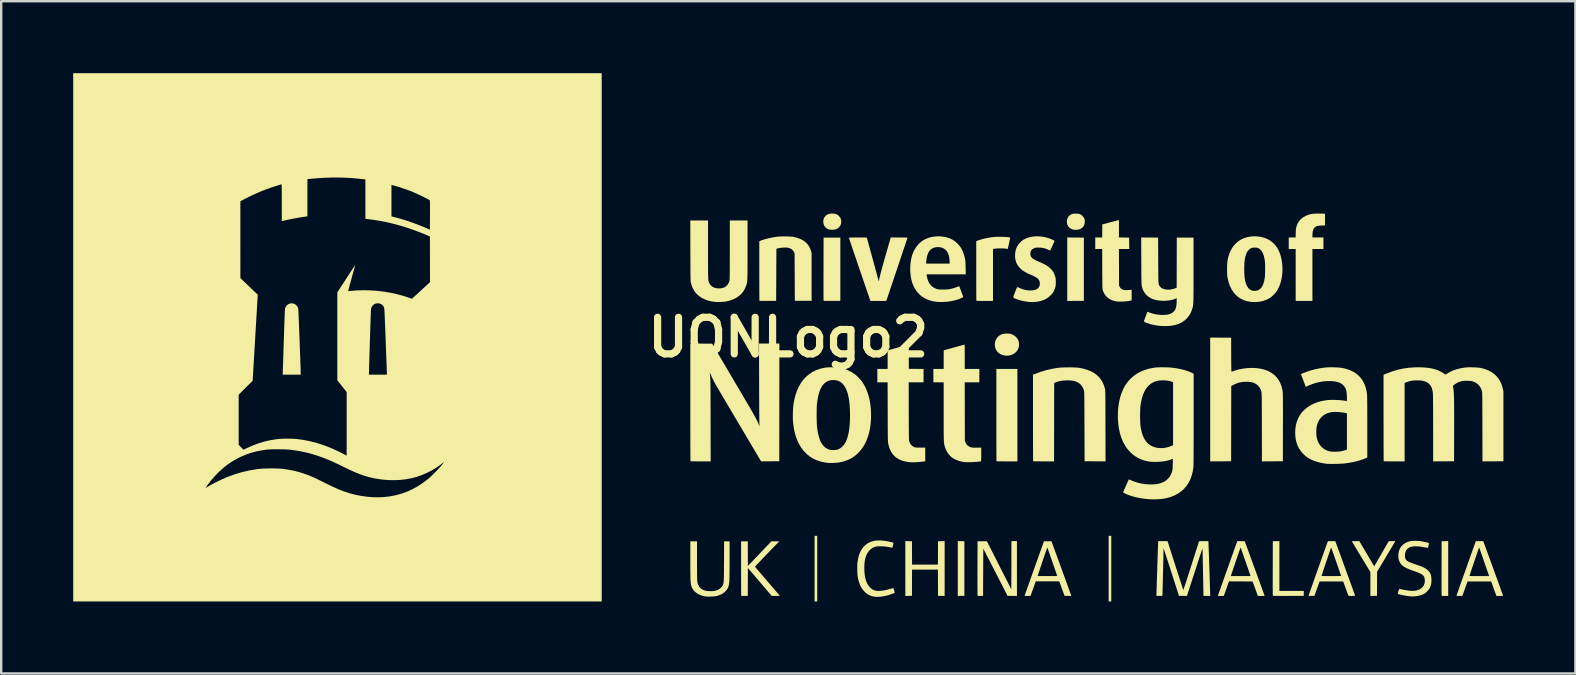
<source format=kicad_pcb>
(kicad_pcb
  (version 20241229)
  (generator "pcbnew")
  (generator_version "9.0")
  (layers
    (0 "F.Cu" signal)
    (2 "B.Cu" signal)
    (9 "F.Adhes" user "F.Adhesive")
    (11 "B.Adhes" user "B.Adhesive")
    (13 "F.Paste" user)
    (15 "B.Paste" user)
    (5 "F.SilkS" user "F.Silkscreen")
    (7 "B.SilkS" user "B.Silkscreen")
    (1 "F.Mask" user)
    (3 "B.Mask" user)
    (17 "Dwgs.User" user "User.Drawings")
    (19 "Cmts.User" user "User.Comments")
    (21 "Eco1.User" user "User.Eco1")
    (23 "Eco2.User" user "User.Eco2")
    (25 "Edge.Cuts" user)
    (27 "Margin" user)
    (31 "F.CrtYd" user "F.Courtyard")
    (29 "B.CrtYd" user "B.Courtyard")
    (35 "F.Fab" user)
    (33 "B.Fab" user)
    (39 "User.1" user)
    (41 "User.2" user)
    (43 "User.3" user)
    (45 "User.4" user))
  (footprint "UONLogo2"
    (layer "F.Cu")
    (at 29.79 11.004)
    (property "Reference" "UONLogo2" (at 0 0 0) (layer "F.SilkS") (effects (font (size 1.524 1.524) (thickness 0.3))))
    (attr board_only exclude_from_pos_files exclude_from_bom)
    (fp_poly (pts (xy 1.207 11.004) (xy 1.097 11.004) (xy 1.097 8.27) (xy 1.207 8.27)) (stroke (width 0) (type solid)) (fill yes) (layer "F.SilkS"))
    (fp_poly (pts (xy 13.458 11.004) (xy 13.348 11.004) (xy 13.348 8.27) (xy 13.458 8.27)) (stroke (width 0) (type solid)) (fill yes) (layer "F.SilkS"))
    (fp_poly (pts (xy 7.2 8.492) (xy 7.338 8.495) (xy 7.338 10.77) (xy 7.2 10.772) (xy 7.063 10.775) (xy 7.063 8.489)) (stroke (width 0) (type solid)) (fill yes) (layer "F.SilkS"))
    (fp_poly (pts (xy 11.969 -4.158) (xy 12.316 -4.155) (xy 12.316 -1.521) (xy 11.969 -1.519) (xy 11.623 -1.516) (xy 11.623 -4.16)) (stroke (width 0) (type solid)) (fill yes) (layer "F.SilkS"))
    (fp_poly (pts (xy 6.515 10.775) (xy 6.377 10.772) (xy 6.24 10.77) (xy 6.238 10.223) (xy 6.235 9.677) (xy 5.158 9.677) (xy 5.155 10.223) (xy 5.153 10.77) (xy 5.016 10.772) (xy 4.878 10.775) (xy 4.878 8.489) (xy 5.016 8.492) (xy 5.153 8.495) (xy 5.158 9.468) (xy 6.235 9.468) (xy 6.24 8.495) (xy 6.377 8.492) (xy 6.515 8.489)) (stroke (width 0) (type solid)) (fill yes) (layer "F.SilkS"))
    (fp_poly (pts (xy 27.495 10.775) (xy 27.36 10.775) (xy 27.301 10.774) (xy 27.259 10.772) (xy 27.234 10.769) (xy 27.222 10.764) (xy 27.22 10.762) (xy 27.22 10.751) (xy 27.219 10.721) (xy 27.219 10.673) (xy 27.218 10.609) (xy 27.218 10.531) (xy 27.218 10.439) (xy 27.218 10.334) (xy 27.217 10.219) (xy 27.217 10.094) (xy 27.218 9.96) (xy 27.218 9.819) (xy 27.218 9.673) (xy 27.218 9.622) (xy 27.221 8.495) (xy 27.358 8.492) (xy 27.495 8.489)) (stroke (width 0) (type solid)) (fill yes) (layer "F.SilkS"))
    (fp_poly (pts (xy 2.17 -1.521) (xy 1.823 -1.519) (xy 1.726 -1.518) (xy 1.648 -1.518) (xy 1.587 -1.519) (xy 1.54 -1.519) (xy 1.507 -1.521) (xy 1.485 -1.523) (xy 1.474 -1.526) (xy 1.471 -1.529) (xy 1.471 -1.54) (xy 1.47 -1.57) (xy 1.47 -1.618) (xy 1.469 -1.682) (xy 1.469 -1.761) (xy 1.469 -1.855) (xy 1.468 -1.961) (xy 1.468 -2.079) (xy 1.468 -2.207) (xy 1.468 -2.345) (xy 1.468 -2.491) (xy 1.469 -2.644) (xy 1.469 -2.802) (xy 1.469 -2.848) (xy 1.472 -4.155) (xy 2.17 -4.155)) (stroke (width 0) (type solid)) (fill yes) (layer "F.SilkS"))
    (fp_poly (pts (xy 9.547 5.168) (xy 9.115 5.168) (xy 9.024 5.168) (xy 8.939 5.167) (xy 8.863 5.167) (xy 8.797 5.166) (xy 8.743 5.165) (xy 8.704 5.163) (xy 8.681 5.162) (xy 8.676 5.161) (xy 8.675 5.151) (xy 8.675 5.121) (xy 8.674 5.074) (xy 8.674 5.009) (xy 8.673 4.928) (xy 8.672 4.833) (xy 8.672 4.723) (xy 8.671 4.6) (xy 8.671 4.464) (xy 8.671 4.318) (xy 8.67 4.161) (xy 8.67 3.995) (xy 8.67 3.821) (xy 8.67 3.639) (xy 8.67 3.45) (xy 8.67 3.257) (xy 8.67 3.236) (xy 8.67 1.317) (xy 9.547 1.317)) (stroke (width 0) (type solid)) (fill yes) (layer "F.SilkS"))
    (fp_poly (pts (xy 20.462 10.565) (xy 21.48 10.565) (xy 21.477 10.667) (xy 21.474 10.77) (xy 20.833 10.772) (xy 20.699 10.773) (xy 20.584 10.773) (xy 20.486 10.773) (xy 20.404 10.772) (xy 20.338 10.772) (xy 20.285 10.771) (xy 20.245 10.77) (xy 20.217 10.768) (xy 20.198 10.766) (xy 20.189 10.764) (xy 20.187 10.762) (xy 20.186 10.751) (xy 20.186 10.721) (xy 20.185 10.673) (xy 20.185 10.609) (xy 20.185 10.531) (xy 20.184 10.439) (xy 20.184 10.334) (xy 20.184 10.219) (xy 20.184 10.094) (xy 20.184 9.96) (xy 20.184 9.819) (xy 20.185 9.673) (xy 20.185 9.622) (xy 20.187 8.495) (xy 20.324 8.492) (xy 20.462 8.489)) (stroke (width 0) (type solid)) (fill yes) (layer "F.SilkS"))
    (fp_poly (pts (xy 1.95 -5.145) (xy 1.981 -5.137) (xy 2.019 -5.123) (xy 2.049 -5.107) (xy 2.079 -5.084) (xy 2.11 -5.055) (xy 2.158 -4.998) (xy 2.189 -4.941) (xy 2.205 -4.878) (xy 2.208 -4.818) (xy 2.2 -4.74) (xy 2.178 -4.672) (xy 2.138 -4.612) (xy 2.125 -4.596) (xy 2.073 -4.548) (xy 2.017 -4.514) (xy 1.953 -4.494) (xy 1.877 -4.484) (xy 1.851 -4.483) (xy 1.803 -4.483) (xy 1.759 -4.484) (xy 1.725 -4.488) (xy 1.713 -4.49) (xy 1.635 -4.518) (xy 1.571 -4.562) (xy 1.519 -4.619) (xy 1.483 -4.69) (xy 1.462 -4.772) (xy 1.46 -4.79) (xy 1.461 -4.872) (xy 1.48 -4.948) (xy 1.518 -5.017) (xy 1.567 -5.072) (xy 1.627 -5.113) (xy 1.699 -5.141) (xy 1.779 -5.157) (xy 1.864 -5.158)) (stroke (width 0) (type solid)) (fill yes) (layer "F.SilkS"))
    (fp_poly (pts (xy 9.21 -0.155) (xy 9.241 -0.15) (xy 9.318 -0.126) (xy 9.393 -0.087) (xy 9.462 -0.038) (xy 9.52 0.02) (xy 9.564 0.082) (xy 9.566 0.087) (xy 9.599 0.173) (xy 9.615 0.265) (xy 9.613 0.357) (xy 9.602 0.414) (xy 9.57 0.5) (xy 9.521 0.577) (xy 9.459 0.641) (xy 9.385 0.694) (xy 9.3 0.732) (xy 9.207 0.756) (xy 9.108 0.764) (xy 9.023 0.758) (xy 8.924 0.736) (xy 8.836 0.698) (xy 8.76 0.647) (xy 8.698 0.583) (xy 8.651 0.507) (xy 8.62 0.421) (xy 8.607 0.326) (xy 8.606 0.299) (xy 8.615 0.203) (xy 8.642 0.114) (xy 8.685 0.035) (xy 8.743 -0.033) (xy 8.816 -0.089) (xy 8.901 -0.13) (xy 8.904 -0.131) (xy 8.953 -0.143) (xy 9.014 -0.152) (xy 9.082 -0.158) (xy 9.15 -0.159)) (stroke (width 0) (type solid)) (fill yes) (layer "F.SilkS"))
    (fp_poly (pts (xy 9.527 10.775) (xy 9.136 10.77) (xy 8.631 9.786) (xy 8.126 8.802) (xy 8.116 10.77) (xy 8.003 10.772) (xy 7.951 10.773) (xy 7.916 10.772) (xy 7.895 10.769) (xy 7.886 10.763) (xy 7.886 10.762) (xy 7.885 10.751) (xy 7.885 10.721) (xy 7.884 10.673) (xy 7.884 10.61) (xy 7.884 10.531) (xy 7.883 10.439) (xy 7.883 10.334) (xy 7.883 10.219) (xy 7.883 10.094) (xy 7.883 9.96) (xy 7.883 9.819) (xy 7.884 9.673) (xy 7.884 9.622) (xy 7.886 8.495) (xy 8.275 8.495) (xy 8.506 8.949) (xy 8.556 9.048) (xy 8.613 9.161) (xy 8.676 9.285) (xy 8.742 9.415) (xy 8.809 9.547) (xy 8.876 9.679) (xy 8.941 9.806) (xy 9.001 9.924) (xy 9.015 9.951) (xy 9.293 10.5) (xy 9.296 9.495) (xy 9.298 8.49) (xy 9.527 8.49)) (stroke (width 0) (type solid)) (fill yes) (layer "F.SilkS"))
    (fp_poly (pts (xy 12.035 -5.152) (xy 12.074 -5.151) (xy 12.103 -5.147) (xy 12.127 -5.141) (xy 12.151 -5.132) (xy 12.163 -5.126) (xy 12.231 -5.084) (xy 12.287 -5.027) (xy 12.329 -4.96) (xy 12.343 -4.926) (xy 12.351 -4.895) (xy 12.354 -4.858) (xy 12.355 -4.819) (xy 12.346 -4.734) (xy 12.32 -4.66) (xy 12.278 -4.596) (xy 12.22 -4.545) (xy 12.148 -4.507) (xy 12.112 -4.495) (xy 12.062 -4.485) (xy 12.001 -4.481) (xy 11.937 -4.481) (xy 11.879 -4.487) (xy 11.851 -4.493) (xy 11.777 -4.523) (xy 11.714 -4.567) (xy 11.664 -4.624) (xy 11.629 -4.691) (xy 11.61 -4.766) (xy 11.608 -4.847) (xy 11.613 -4.88) (xy 11.635 -4.96) (xy 11.67 -5.025) (xy 11.72 -5.078) (xy 11.786 -5.12) (xy 11.797 -5.125) (xy 11.824 -5.137) (xy 11.847 -5.145) (xy 11.873 -5.149) (xy 11.905 -5.152) (xy 11.95 -5.153) (xy 11.982 -5.153)) (stroke (width 0) (type solid)) (fill yes) (layer "F.SilkS"))
    (fp_poly (pts (xy 22.244 -5.155) (xy 22.287 -5.154) (xy 22.316 -5.152) (xy 22.322 -5.151) (xy 22.362 -5.142) (xy 22.362 -4.664) (xy 22.218 -4.658) (xy 22.143 -4.653) (xy 22.084 -4.647) (xy 22.037 -4.637) (xy 22 -4.623) (xy 21.967 -4.605) (xy 21.945 -4.588) (xy 21.904 -4.544) (xy 21.873 -4.486) (xy 21.852 -4.413) (xy 21.841 -4.325) (xy 21.838 -4.247) (xy 21.838 -4.16) (xy 22.297 -4.16) (xy 22.297 -3.681) (xy 21.838 -3.681) (xy 21.838 -1.516) (xy 21.14 -1.516) (xy 21.14 -3.681) (xy 20.851 -3.681) (xy 20.851 -4.16) (xy 21.138 -4.16) (xy 21.143 -4.342) (xy 21.145 -4.411) (xy 21.147 -4.464) (xy 21.151 -4.506) (xy 21.156 -4.54) (xy 21.163 -4.573) (xy 21.172 -4.607) (xy 21.174 -4.612) (xy 21.198 -4.685) (xy 21.224 -4.746) (xy 21.256 -4.801) (xy 21.294 -4.856) (xy 21.364 -4.933) (xy 21.451 -5.001) (xy 21.553 -5.058) (xy 21.668 -5.105) (xy 21.734 -5.124) (xy 21.768 -5.133) (xy 21.8 -5.14) (xy 21.832 -5.145) (xy 21.869 -5.149) (xy 21.913 -5.151) (xy 21.97 -5.153) (xy 22.042 -5.155) (xy 22.058 -5.155) (xy 22.125 -5.156) (xy 22.188 -5.156)) (stroke (width 0) (type solid)) (fill yes) (layer "F.SilkS"))
    (fp_poly (pts (xy 24.079 8.976) (xy 24.133 9.067) (xy 24.184 9.154) (xy 24.232 9.235) (xy 24.275 9.309) (xy 24.313 9.373) (xy 24.345 9.426) (xy 24.369 9.466) (xy 24.385 9.492) (xy 24.39 9.501) (xy 24.414 9.539) (xy 24.708 9.028) (xy 24.761 8.935) (xy 24.812 8.847) (xy 24.859 8.766) (xy 24.901 8.693) (xy 24.938 8.629) (xy 24.968 8.577) (xy 24.992 8.537) (xy 25.007 8.512) (xy 25.012 8.503) (xy 25.024 8.497) (xy 25.047 8.493) (xy 25.085 8.491) (xy 25.141 8.49) (xy 25.157 8.49) (xy 25.206 8.49) (xy 25.247 8.491) (xy 25.276 8.492) (xy 25.29 8.494) (xy 25.29 8.494) (xy 25.285 8.503) (xy 25.271 8.528) (xy 25.248 8.567) (xy 25.217 8.619) (xy 25.179 8.683) (xy 25.135 8.758) (xy 25.085 8.841) (xy 25.031 8.933) (xy 24.972 9.03) (xy 24.911 9.133) (xy 24.532 9.768) (xy 24.53 10.269) (xy 24.527 10.77) (xy 24.39 10.772) (xy 24.253 10.775) (xy 24.253 9.779) (xy 23.869 9.145) (xy 23.807 9.042) (xy 23.748 8.944) (xy 23.693 8.853) (xy 23.642 8.769) (xy 23.597 8.694) (xy 23.559 8.629) (xy 23.528 8.576) (xy 23.504 8.536) (xy 23.49 8.51) (xy 23.485 8.5) (xy 23.485 8.5) (xy 23.494 8.496) (xy 23.523 8.493) (xy 23.569 8.491) (xy 23.632 8.49) (xy 23.638 8.49) (xy 23.792 8.49)) (stroke (width 0) (type solid)) (fill yes) (layer "F.SilkS"))
    (fp_poly (pts (xy 8.83 -4.189) (xy 8.908 -4.187) (xy 8.983 -4.185) (xy 9.055 -4.181) (xy 9.119 -4.177) (xy 9.173 -4.172) (xy 9.214 -4.166) (xy 9.24 -4.159) (xy 9.246 -4.156) (xy 9.245 -4.146) (xy 9.24 -4.12) (xy 9.232 -4.08) (xy 9.222 -4.032) (xy 9.21 -3.976) (xy 9.198 -3.918) (xy 9.185 -3.859) (xy 9.173 -3.805) (xy 9.162 -3.756) (xy 9.153 -3.718) (xy 9.147 -3.692) (xy 9.144 -3.684) (xy 9.133 -3.683) (xy 9.108 -3.687) (xy 9.082 -3.692) (xy 9.044 -3.698) (xy 8.991 -3.702) (xy 8.928 -3.705) (xy 8.858 -3.706) (xy 8.787 -3.705) (xy 8.72 -3.703) (xy 8.66 -3.7) (xy 8.613 -3.695) (xy 8.597 -3.693) (xy 8.53 -3.679) (xy 8.53 -1.516) (xy 8.187 -1.516) (xy 8.107 -1.517) (xy 8.032 -1.517) (xy 7.967 -1.518) (xy 7.912 -1.519) (xy 7.871 -1.52) (xy 7.846 -1.522) (xy 7.838 -1.523) (xy 7.837 -1.534) (xy 7.837 -1.563) (xy 7.836 -1.61) (xy 7.835 -1.673) (xy 7.834 -1.752) (xy 7.834 -1.844) (xy 7.833 -1.949) (xy 7.833 -2.065) (xy 7.832 -2.192) (xy 7.832 -2.328) (xy 7.832 -2.472) (xy 7.832 -2.622) (xy 7.832 -2.769) (xy 7.832 -4.009) (xy 7.919 -4.04) (xy 8.046 -4.081) (xy 8.187 -4.118) (xy 8.336 -4.148) (xy 8.488 -4.172) (xy 8.563 -4.181) (xy 8.618 -4.185) (xy 8.683 -4.187) (xy 8.755 -4.189)) (stroke (width 0) (type solid)) (fill yes) (layer "F.SilkS"))
    (fp_poly (pts (xy 13.777 -4.161) (xy 13.989 -4.158) (xy 14.201 -4.155) (xy 14.204 -3.918) (xy 14.207 -3.681) (xy 13.777 -3.681) (xy 13.78 -2.921) (xy 13.782 -2.16) (xy 13.811 -2.102) (xy 13.841 -2.053) (xy 13.88 -2.016) (xy 13.929 -1.99) (xy 13.99 -1.974) (xy 14.065 -1.967) (xy 14.147 -1.969) (xy 14.195 -1.972) (xy 14.237 -1.975) (xy 14.269 -1.979) (xy 14.284 -1.981) (xy 14.306 -1.988) (xy 14.306 -1.538) (xy 14.259 -1.528) (xy 14.192 -1.515) (xy 14.113 -1.505) (xy 14.025 -1.497) (xy 13.935 -1.491) (xy 13.847 -1.489) (xy 13.767 -1.49) (xy 13.699 -1.494) (xy 13.678 -1.497) (xy 13.556 -1.522) (xy 13.446 -1.563) (xy 13.349 -1.619) (xy 13.265 -1.689) (xy 13.195 -1.773) (xy 13.14 -1.87) (xy 13.103 -1.97) (xy 13.1 -1.982) (xy 13.097 -1.996) (xy 13.094 -2.014) (xy 13.092 -2.036) (xy 13.09 -2.064) (xy 13.089 -2.099) (xy 13.087 -2.143) (xy 13.086 -2.197) (xy 13.085 -2.263) (xy 13.085 -2.341) (xy 13.084 -2.434) (xy 13.083 -2.542) (xy 13.082 -2.667) (xy 13.082 -2.81) (xy 13.082 -2.856) (xy 13.078 -3.681) (xy 12.79 -3.681) (xy 12.79 -4.16) (xy 13.079 -4.16) (xy 13.081 -4.432) (xy 13.084 -4.704) (xy 13.408 -4.791) (xy 13.486 -4.811) (xy 13.559 -4.831) (xy 13.624 -4.848) (xy 13.678 -4.863) (xy 13.72 -4.874) (xy 13.747 -4.881) (xy 13.755 -4.883) (xy 13.777 -4.889)) (stroke (width 0) (type solid)) (fill yes) (layer "F.SilkS"))
    (fp_poly (pts (xy -0.072 -4.204) (xy 0.013 -4.202) (xy 0.091 -4.198) (xy 0.157 -4.193) (xy 0.205 -4.186) (xy 0.354 -4.152) (xy 0.487 -4.106) (xy 0.604 -4.048) (xy 0.706 -3.978) (xy 0.791 -3.895) (xy 0.861 -3.8) (xy 0.916 -3.693) (xy 0.95 -3.591) (xy 0.973 -3.507) (xy 0.973 -1.521) (xy 0.274 -1.521) (xy 0.264 -3.497) (xy 0.239 -3.552) (xy 0.197 -3.618) (xy 0.141 -3.67) (xy 0.072 -3.709) (xy -0.001 -3.731) (xy -0.051 -3.738) (xy -0.114 -3.741) (xy -0.185 -3.74) (xy -0.259 -3.735) (xy -0.329 -3.727) (xy -0.389 -3.717) (xy -0.414 -3.71) (xy -0.494 -3.686) (xy -0.499 -2.604) (xy -0.504 -1.521) (xy -0.849 -1.519) (xy -0.93 -1.518) (xy -1.004 -1.518) (xy -1.07 -1.519) (xy -1.125 -1.519) (xy -1.167 -1.52) (xy -1.193 -1.522) (xy -1.2 -1.523) (xy -1.201 -1.534) (xy -1.202 -1.563) (xy -1.203 -1.61) (xy -1.204 -1.673) (xy -1.204 -1.751) (xy -1.205 -1.844) (xy -1.205 -1.949) (xy -1.206 -2.065) (xy -1.206 -2.192) (xy -1.207 -2.328) (xy -1.207 -2.471) (xy -1.207 -2.622) (xy -1.207 -2.765) (xy -1.207 -4) (xy -1.18 -4.014) (xy -1.134 -4.034) (xy -1.071 -4.056) (xy -0.996 -4.08) (xy -0.911 -4.103) (xy -0.82 -4.126) (xy -0.726 -4.147) (xy -0.634 -4.165) (xy -0.545 -4.181) (xy -0.469 -4.192) (xy -0.407 -4.198) (xy -0.333 -4.202) (xy -0.249 -4.204) (xy -0.161 -4.205)) (stroke (width 0) (type solid)) (fill yes) (layer "F.SilkS"))
    (fp_poly (pts (xy -20.612 -1.406) (xy -20.549 -1.378) (xy -20.498 -1.339) (xy -20.46 -1.295) (xy -20.434 -1.247) (xy -20.417 -1.188) (xy -20.411 -1.149) (xy -20.41 -1.132) (xy -20.408 -1.096) (xy -20.405 -1.043) (xy -20.402 -0.974) (xy -20.399 -0.891) (xy -20.395 -0.796) (xy -20.39 -0.69) (xy -20.386 -0.574) (xy -20.381 -0.45) (xy -20.376 -0.319) (xy -20.371 -0.183) (xy -20.365 -0.044) (xy -20.36 0.098) (xy -20.354 0.241) (xy -20.349 0.383) (xy -20.344 0.523) (xy -20.339 0.659) (xy -20.334 0.791) (xy -20.33 0.915) (xy -20.326 1.032) (xy -20.322 1.139) (xy -20.319 1.235) (xy -20.316 1.319) (xy -20.314 1.388) (xy -20.313 1.442) (xy -20.312 1.48) (xy -20.312 1.494) (xy -20.312 1.556) (xy -21.06 1.556) (xy -21.06 1.509) (xy -21.06 1.493) (xy -21.059 1.459) (xy -21.057 1.407) (xy -21.055 1.339) (xy -21.052 1.256) (xy -21.049 1.159) (xy -21.046 1.049) (xy -21.042 0.927) (xy -21.038 0.796) (xy -21.033 0.655) (xy -21.029 0.507) (xy -21.024 0.352) (xy -21.018 0.192) (xy -21.016 0.135) (xy -21.01 -0.055) (xy -21.005 -0.226) (xy -21 -0.378) (xy -20.995 -0.514) (xy -20.991 -0.634) (xy -20.987 -0.74) (xy -20.984 -0.832) (xy -20.981 -0.911) (xy -20.978 -0.978) (xy -20.976 -1.035) (xy -20.973 -1.082) (xy -20.971 -1.12) (xy -20.969 -1.152) (xy -20.966 -1.176) (xy -20.964 -1.196) (xy -20.961 -1.21) (xy -20.959 -1.222) (xy -20.956 -1.231) (xy -20.953 -1.239) (xy -20.951 -1.243) (xy -20.914 -1.307) (xy -20.865 -1.356) (xy -20.808 -1.392) (xy -20.744 -1.412) (xy -20.678 -1.417)) (stroke (width 0) (type solid)) (fill yes) (layer "F.SilkS"))
    (fp_poly (pts (xy -1.684 9.012) (xy -1.681 9.524) (xy -1.193 9.012) (xy -0.704 8.5) (xy -0.375 8.5) (xy -0.455 8.582) (xy -0.526 8.655) (xy -0.602 8.733) (xy -0.68 8.813) (xy -0.759 8.895) (xy -0.838 8.978) (xy -0.917 9.06) (xy -0.993 9.139) (xy -1.066 9.216) (xy -1.135 9.288) (xy -1.197 9.354) (xy -1.253 9.413) (xy -1.3 9.463) (xy -1.339 9.504) (xy -1.366 9.534) (xy -1.382 9.552) (xy -1.385 9.557) (xy -1.378 9.566) (xy -1.359 9.589) (xy -1.329 9.624) (xy -1.289 9.671) (xy -1.24 9.729) (xy -1.183 9.795) (xy -1.119 9.87) (xy -1.049 9.952) (xy -0.973 10.04) (xy -0.894 10.132) (xy -0.873 10.157) (xy -0.793 10.25) (xy -0.716 10.339) (xy -0.644 10.423) (xy -0.578 10.501) (xy -0.518 10.57) (xy -0.466 10.631) (xy -0.423 10.681) (xy -0.39 10.72) (xy -0.368 10.747) (xy -0.357 10.76) (xy -0.356 10.761) (xy -0.356 10.766) (xy -0.365 10.77) (xy -0.385 10.772) (xy -0.419 10.774) (xy -0.468 10.774) (xy -0.518 10.775) (xy -0.688 10.775) (xy -1.184 10.192) (xy -1.681 9.609) (xy -1.684 10.192) (xy -1.686 10.775) (xy -1.819 10.775) (xy -1.869 10.774) (xy -1.911 10.773) (xy -1.942 10.771) (xy -1.958 10.768) (xy -1.959 10.768) (xy -1.96 10.757) (xy -1.96 10.728) (xy -1.961 10.681) (xy -1.962 10.618) (xy -1.963 10.54) (xy -1.963 10.449) (xy -1.964 10.345) (xy -1.964 10.23) (xy -1.965 10.105) (xy -1.965 9.972) (xy -1.965 9.831) (xy -1.965 9.685) (xy -1.965 9.631) (xy -1.965 8.5) (xy -1.686 8.5)) (stroke (width 0) (type solid)) (fill yes) (layer "F.SilkS"))
    (fp_poly (pts (xy 18.451 0.015) (xy 18.454 0.727) (xy 18.454 0.863) (xy 18.455 0.981) (xy 18.456 1.082) (xy 18.456 1.166) (xy 18.457 1.236) (xy 18.458 1.293) (xy 18.459 1.338) (xy 18.46 1.372) (xy 18.462 1.397) (xy 18.463 1.414) (xy 18.466 1.425) (xy 18.468 1.431) (xy 18.471 1.432) (xy 18.474 1.432) (xy 18.634 1.375) (xy 18.802 1.33) (xy 18.975 1.299) (xy 19.15 1.28) (xy 19.324 1.274) (xy 19.494 1.281) (xy 19.657 1.302) (xy 19.809 1.337) (xy 19.871 1.356) (xy 20.011 1.412) (xy 20.138 1.483) (xy 20.25 1.568) (xy 20.348 1.666) (xy 20.431 1.777) (xy 20.498 1.901) (xy 20.55 2.036) (xy 20.587 2.184) (xy 20.601 2.28) (xy 20.603 2.304) (xy 20.604 2.342) (xy 20.606 2.395) (xy 20.607 2.463) (xy 20.608 2.547) (xy 20.609 2.648) (xy 20.609 2.765) (xy 20.61 2.9) (xy 20.61 3.052) (xy 20.61 3.223) (xy 20.61 3.412) (xy 20.609 3.62) (xy 20.609 3.771) (xy 20.606 5.163) (xy 19.734 5.168) (xy 19.731 3.744) (xy 19.731 3.544) (xy 19.73 3.363) (xy 19.73 3.2) (xy 19.73 3.053) (xy 19.729 2.923) (xy 19.729 2.807) (xy 19.728 2.706) (xy 19.727 2.617) (xy 19.726 2.539) (xy 19.724 2.473) (xy 19.722 2.416) (xy 19.72 2.368) (xy 19.717 2.328) (xy 19.714 2.294) (xy 19.71 2.266) (xy 19.706 2.243) (xy 19.701 2.223) (xy 19.695 2.206) (xy 19.689 2.19) (xy 19.682 2.175) (xy 19.674 2.159) (xy 19.665 2.142) (xy 19.658 2.129) (xy 19.61 2.052) (xy 19.546 1.986) (xy 19.468 1.932) (xy 19.378 1.89) (xy 19.302 1.868) (xy 19.247 1.86) (xy 19.177 1.854) (xy 19.09 1.852) (xy 19.08 1.852) (xy 18.968 1.856) (xy 18.87 1.867) (xy 18.778 1.887) (xy 18.688 1.917) (xy 18.592 1.958) (xy 18.554 1.978) (xy 18.456 2.027) (xy 18.451 5.163) (xy 17.578 5.168) (xy 17.578 0.01)) (stroke (width 0) (type solid)) (fill yes) (layer "F.SilkS"))
    (fp_poly (pts (xy 11.379 9.627) (xy 11.431 9.771) (xy 11.482 9.91) (xy 11.53 10.043) (xy 11.576 10.168) (xy 11.618 10.285) (xy 11.657 10.391) (xy 11.692 10.487) (xy 11.722 10.571) (xy 11.747 10.641) (xy 11.767 10.697) (xy 11.782 10.738) (xy 11.79 10.761) (xy 11.792 10.767) (xy 11.783 10.77) (xy 11.757 10.772) (xy 11.718 10.773) (xy 11.67 10.773) (xy 11.651 10.772) (xy 11.51 10.77) (xy 11.442 10.58) (xy 11.417 10.513) (xy 11.392 10.443) (xy 11.368 10.376) (xy 11.347 10.318) (xy 11.332 10.278) (xy 11.291 10.166) (xy 10.311 10.166) (xy 10.202 10.47) (xy 10.093 10.775) (xy 9.97 10.775) (xy 9.923 10.774) (xy 9.884 10.772) (xy 9.858 10.77) (xy 9.847 10.767) (xy 9.847 10.767) (xy 9.85 10.757) (xy 9.86 10.729) (xy 9.875 10.685) (xy 9.896 10.625) (xy 9.922 10.551) (xy 9.953 10.465) (xy 9.988 10.366) (xy 10.027 10.257) (xy 10.069 10.138) (xy 10.114 10.01) (xy 10.137 9.947) (xy 10.387 9.947) (xy 10.796 9.947) (xy 10.898 9.946) (xy 10.981 9.946) (xy 11.047 9.946) (xy 11.099 9.945) (xy 11.138 9.944) (xy 11.166 9.943) (xy 11.185 9.941) (xy 11.196 9.938) (xy 11.201 9.935) (xy 11.202 9.931) (xy 11.201 9.929) (xy 11.197 9.915) (xy 11.186 9.884) (xy 11.171 9.839) (xy 11.151 9.781) (xy 11.127 9.712) (xy 11.101 9.635) (xy 11.072 9.552) (xy 11.041 9.463) (xy 11.01 9.373) (xy 10.978 9.281) (xy 10.947 9.191) (xy 10.916 9.105) (xy 10.888 9.023) (xy 10.862 8.95) (xy 10.84 8.885) (xy 10.821 8.832) (xy 10.807 8.792) (xy 10.798 8.768) (xy 10.795 8.76) (xy 10.79 8.767) (xy 10.78 8.791) (xy 10.764 8.833) (xy 10.743 8.892) (xy 10.716 8.966) (xy 10.686 9.054) (xy 10.651 9.157) (xy 10.612 9.273) (xy 10.587 9.347) (xy 10.387 9.947) (xy 10.137 9.947) (xy 10.162 9.876) (xy 10.212 9.735) (xy 10.25 9.627) (xy 10.653 8.495) (xy 10.966 8.495)) (stroke (width 0) (type solid)) (fill yes) (layer "F.SilkS"))
    (fp_poly (pts (xy 18.864 8.492) (xy 19.019 8.495) (xy 19.426 9.612) (xy 19.479 9.756) (xy 19.529 9.894) (xy 19.577 10.027) (xy 19.623 10.152) (xy 19.665 10.268) (xy 19.704 10.375) (xy 19.739 10.471) (xy 19.769 10.555) (xy 19.794 10.626) (xy 19.815 10.682) (xy 19.829 10.722) (xy 19.838 10.746) (xy 19.84 10.752) (xy 19.845 10.775) (xy 19.566 10.775) (xy 19.525 10.662) (xy 19.508 10.616) (xy 19.486 10.556) (xy 19.462 10.489) (xy 19.436 10.419) (xy 19.415 10.361) (xy 19.346 10.171) (xy 18.854 10.169) (xy 18.362 10.166) (xy 18.283 10.388) (xy 18.259 10.457) (xy 18.235 10.524) (xy 18.213 10.587) (xy 18.194 10.64) (xy 18.179 10.681) (xy 18.175 10.692) (xy 18.145 10.775) (xy 18.021 10.775) (xy 17.974 10.774) (xy 17.936 10.774) (xy 17.909 10.772) (xy 17.898 10.771) (xy 17.898 10.771) (xy 17.901 10.761) (xy 17.91 10.734) (xy 17.926 10.691) (xy 17.946 10.634) (xy 17.971 10.563) (xy 18 10.48) (xy 18.033 10.387) (xy 18.069 10.285) (xy 18.108 10.176) (xy 18.149 10.06) (xy 18.189 9.947) (xy 18.437 9.947) (xy 19.262 9.947) (xy 19.056 9.354) (xy 19.02 9.25) (xy 18.986 9.151) (xy 18.954 9.06) (xy 18.925 8.978) (xy 18.9 8.906) (xy 18.879 8.847) (xy 18.862 8.801) (xy 18.851 8.77) (xy 18.846 8.756) (xy 18.845 8.756) (xy 18.841 8.764) (xy 18.832 8.79) (xy 18.817 8.831) (xy 18.797 8.887) (xy 18.773 8.955) (xy 18.746 9.034) (xy 18.715 9.123) (xy 18.682 9.22) (xy 18.648 9.323) (xy 18.639 9.349) (xy 18.437 9.947) (xy 18.189 9.947) (xy 18.191 9.94) (xy 18.235 9.816) (xy 18.28 9.691) (xy 18.325 9.564) (xy 18.369 9.439) (xy 18.413 9.316) (xy 18.455 9.197) (xy 18.496 9.083) (xy 18.534 8.975) (xy 18.569 8.875) (xy 18.602 8.785) (xy 18.63 8.705) (xy 18.654 8.638) (xy 18.673 8.584) (xy 18.687 8.545) (xy 18.696 8.522) (xy 18.697 8.517) (xy 18.708 8.489)) (stroke (width 0) (type solid)) (fill yes) (layer "F.SilkS"))
    (fp_poly (pts (xy -3.801 9.315) (xy -3.801 9.469) (xy -3.801 9.604) (xy -3.8 9.722) (xy -3.8 9.824) (xy -3.799 9.912) (xy -3.798 9.986) (xy -3.796 10.049) (xy -3.794 10.102) (xy -3.791 10.146) (xy -3.787 10.182) (xy -3.783 10.213) (xy -3.778 10.239) (xy -3.771 10.261) (xy -3.764 10.282) (xy -3.756 10.302) (xy -3.746 10.323) (xy -3.742 10.332) (xy -3.698 10.404) (xy -3.637 10.465) (xy -3.563 10.513) (xy -3.475 10.548) (xy -3.427 10.56) (xy -3.373 10.568) (xy -3.306 10.573) (xy -3.232 10.574) (xy -3.16 10.572) (xy -3.095 10.567) (xy -3.05 10.56) (xy -2.957 10.532) (xy -2.875 10.49) (xy -2.806 10.435) (xy -2.753 10.368) (xy -2.74 10.347) (xy -2.73 10.328) (xy -2.721 10.311) (xy -2.713 10.292) (xy -2.707 10.273) (xy -2.701 10.25) (xy -2.696 10.223) (xy -2.692 10.19) (xy -2.689 10.151) (xy -2.686 10.102) (xy -2.684 10.044) (xy -2.682 9.975) (xy -2.68 9.894) (xy -2.679 9.799) (xy -2.678 9.688) (xy -2.678 9.561) (xy -2.677 9.416) (xy -2.676 9.33) (xy -2.672 8.5) (xy -2.444 8.5) (xy -2.444 9.271) (xy -2.445 9.396) (xy -2.445 9.519) (xy -2.446 9.636) (xy -2.446 9.747) (xy -2.447 9.848) (xy -2.449 9.939) (xy -2.45 10.018) (xy -2.451 10.082) (xy -2.453 10.13) (xy -2.454 10.16) (xy -2.454 10.161) (xy -2.465 10.256) (xy -2.479 10.335) (xy -2.498 10.402) (xy -2.525 10.461) (xy -2.56 10.515) (xy -2.606 10.567) (xy -2.624 10.586) (xy -2.668 10.628) (xy -2.707 10.659) (xy -2.749 10.685) (xy -2.794 10.708) (xy -2.862 10.738) (xy -2.926 10.762) (xy -2.989 10.778) (xy -3.057 10.79) (xy -3.136 10.796) (xy -3.229 10.8) (xy -3.232 10.8) (xy -3.316 10.801) (xy -3.384 10.8) (xy -3.438 10.796) (xy -3.482 10.79) (xy -3.606 10.758) (xy -3.716 10.714) (xy -3.814 10.658) (xy -3.896 10.591) (xy -3.963 10.514) (xy -4.014 10.427) (xy -4.045 10.338) (xy -4.051 10.311) (xy -4.056 10.281) (xy -4.061 10.245) (xy -4.065 10.203) (xy -4.069 10.154) (xy -4.072 10.095) (xy -4.074 10.026) (xy -4.076 9.945) (xy -4.077 9.851) (xy -4.079 9.743) (xy -4.079 9.62) (xy -4.08 9.479) (xy -4.08 9.321) (xy -4.08 9.266) (xy -4.08 8.5) (xy -3.801 8.5)) (stroke (width 0) (type solid)) (fill yes) (layer "F.SilkS"))
    (fp_poly (pts (xy 7.342 0.306) (xy 7.345 0.313) (xy 7.347 0.327) (xy 7.349 0.348) (xy 7.35 0.379) (xy 7.351 0.421) (xy 7.352 0.476) (xy 7.352 0.544) (xy 7.353 0.629) (xy 7.353 0.731) (xy 7.353 0.807) (xy 7.353 1.317) (xy 7.961 1.317) (xy 7.961 1.876) (xy 7.352 1.876) (xy 7.355 3.095) (xy 7.358 4.315) (xy 7.38 4.371) (xy 7.418 4.445) (xy 7.466 4.502) (xy 7.525 4.544) (xy 7.529 4.546) (xy 7.569 4.566) (xy 7.608 4.58) (xy 7.65 4.59) (xy 7.699 4.596) (xy 7.759 4.598) (xy 7.833 4.598) (xy 7.87 4.598) (xy 8.041 4.594) (xy 8.041 4.875) (xy 8.041 4.949) (xy 8.04 5.016) (xy 8.038 5.073) (xy 8.037 5.118) (xy 8.035 5.149) (xy 8.032 5.162) (xy 8.032 5.162) (xy 8.012 5.169) (xy 7.974 5.175) (xy 7.923 5.181) (xy 7.861 5.187) (xy 7.791 5.192) (xy 7.716 5.196) (xy 7.639 5.2) (xy 7.563 5.202) (xy 7.491 5.203) (xy 7.426 5.202) (xy 7.371 5.2) (xy 7.331 5.197) (xy 7.211 5.176) (xy 7.094 5.143) (xy 6.984 5.1) (xy 6.884 5.049) (xy 6.8 4.991) (xy 6.797 4.989) (xy 6.719 4.914) (xy 6.649 4.824) (xy 6.589 4.723) (xy 6.543 4.615) (xy 6.525 4.559) (xy 6.518 4.533) (xy 6.511 4.509) (xy 6.505 4.485) (xy 6.5 4.46) (xy 6.496 4.433) (xy 6.492 4.404) (xy 6.488 4.37) (xy 6.485 4.331) (xy 6.483 4.285) (xy 6.481 4.232) (xy 6.479 4.17) (xy 6.478 4.098) (xy 6.477 4.015) (xy 6.476 3.92) (xy 6.475 3.811) (xy 6.475 3.688) (xy 6.475 3.549) (xy 6.475 3.394) (xy 6.475 3.22) (xy 6.475 3.085) (xy 6.475 1.876) (xy 6.046 1.876) (xy 6.046 1.317) (xy 6.475 1.317) (xy 6.475 0.928) (xy 6.475 0.842) (xy 6.475 0.763) (xy 6.476 0.692) (xy 6.477 0.632) (xy 6.478 0.585) (xy 6.479 0.554) (xy 6.48 0.539) (xy 6.481 0.539) (xy 6.491 0.536) (xy 6.518 0.529) (xy 6.559 0.518) (xy 6.613 0.503) (xy 6.676 0.486) (xy 6.747 0.466) (xy 6.823 0.445) (xy 6.902 0.423) (xy 6.981 0.402) (xy 7.058 0.38) (xy 7.13 0.36) (xy 7.196 0.342) (xy 7.253 0.326) (xy 7.299 0.313) (xy 7.33 0.304) (xy 7.335 0.303) (xy 7.339 0.303)) (stroke (width 0) (type solid)) (fill yes) (layer "F.SilkS"))
    (fp_poly (pts (xy 11.77 1.251) (xy 11.865 1.253) (xy 11.953 1.256) (xy 12.031 1.261) (xy 12.093 1.267) (xy 12.116 1.27) (xy 12.295 1.306) (xy 12.456 1.353) (xy 12.602 1.411) (xy 12.731 1.48) (xy 12.845 1.562) (xy 12.944 1.655) (xy 13.028 1.76) (xy 13.098 1.878) (xy 13.154 2.009) (xy 13.192 2.135) (xy 13.195 2.147) (xy 13.197 2.159) (xy 13.2 2.171) (xy 13.202 2.186) (xy 13.204 2.204) (xy 13.205 2.226) (xy 13.207 2.253) (xy 13.208 2.286) (xy 13.209 2.326) (xy 13.21 2.374) (xy 13.211 2.432) (xy 13.212 2.499) (xy 13.212 2.577) (xy 13.213 2.668) (xy 13.214 2.771) (xy 13.214 2.888) (xy 13.214 3.021) (xy 13.215 3.17) (xy 13.215 3.335) (xy 13.216 3.519) (xy 13.216 3.694) (xy 13.219 5.168) (xy 12.783 5.165) (xy 12.346 5.163) (xy 12.341 3.716) (xy 12.34 3.517) (xy 12.339 3.337) (xy 12.339 3.174) (xy 12.338 3.029) (xy 12.337 2.9) (xy 12.337 2.785) (xy 12.336 2.685) (xy 12.335 2.598) (xy 12.334 2.522) (xy 12.333 2.458) (xy 12.332 2.404) (xy 12.331 2.358) (xy 12.33 2.321) (xy 12.329 2.291) (xy 12.327 2.267) (xy 12.325 2.248) (xy 12.323 2.233) (xy 12.321 2.222) (xy 12.319 2.212) (xy 12.318 2.21) (xy 12.28 2.11) (xy 12.23 2.024) (xy 12.166 1.951) (xy 12.089 1.893) (xy 11.997 1.848) (xy 11.892 1.816) (xy 11.772 1.797) (xy 11.637 1.792) (xy 11.528 1.796) (xy 11.436 1.803) (xy 11.359 1.814) (xy 11.288 1.829) (xy 11.219 1.849) (xy 11.169 1.867) (xy 11.079 1.901) (xy 11.074 5.168) (xy 10.642 5.168) (xy 10.55 5.168) (xy 10.466 5.167) (xy 10.389 5.167) (xy 10.323 5.166) (xy 10.269 5.165) (xy 10.23 5.163) (xy 10.207 5.162) (xy 10.203 5.161) (xy 10.202 5.151) (xy 10.201 5.121) (xy 10.201 5.074) (xy 10.2 5.009) (xy 10.199 4.929) (xy 10.199 4.834) (xy 10.198 4.725) (xy 10.198 4.602) (xy 10.197 4.468) (xy 10.197 4.323) (xy 10.197 4.168) (xy 10.196 4.004) (xy 10.196 3.832) (xy 10.196 3.653) (xy 10.196 3.468) (xy 10.196 3.357) (xy 10.196 1.559) (xy 10.258 1.533) (xy 10.503 1.441) (xy 10.758 1.365) (xy 11.021 1.306) (xy 11.243 1.27) (xy 11.307 1.263) (xy 11.386 1.258) (xy 11.475 1.254) (xy 11.571 1.252) (xy 11.67 1.251)) (stroke (width 0) (type solid)) (fill yes) (layer "F.SilkS"))
    (fp_poly (pts (xy 28.966 8.522) (xy 28.973 8.54) (xy 28.986 8.575) (xy 29.004 8.624) (xy 29.028 8.688) (xy 29.056 8.764) (xy 29.087 8.852) (xy 29.123 8.949) (xy 29.161 9.054) (xy 29.202 9.166) (xy 29.245 9.284) (xy 29.289 9.406) (xy 29.335 9.53) (xy 29.38 9.656) (xy 29.426 9.781) (xy 29.471 9.905) (xy 29.515 10.026) (xy 29.557 10.143) (xy 29.597 10.254) (xy 29.635 10.357) (xy 29.669 10.452) (xy 29.699 10.537) (xy 29.726 10.611) (xy 29.748 10.672) (xy 29.764 10.718) (xy 29.775 10.749) (xy 29.78 10.763) (xy 29.78 10.763) (xy 29.772 10.768) (xy 29.747 10.772) (xy 29.705 10.774) (xy 29.645 10.775) (xy 29.641 10.775) (xy 29.503 10.775) (xy 29.394 10.473) (xy 29.285 10.171) (xy 28.3 10.171) (xy 28.085 10.77) (xy 27.966 10.772) (xy 27.919 10.773) (xy 27.88 10.772) (xy 27.853 10.77) (xy 27.842 10.767) (xy 27.842 10.767) (xy 27.844 10.757) (xy 27.853 10.729) (xy 27.868 10.685) (xy 27.888 10.627) (xy 27.912 10.555) (xy 27.941 10.472) (xy 27.974 10.378) (xy 28.01 10.275) (xy 28.049 10.165) (xy 28.091 10.048) (xy 28.118 9.971) (xy 28.13 9.939) (xy 28.383 9.939) (xy 28.393 9.941) (xy 28.42 9.942) (xy 28.463 9.943) (xy 28.52 9.945) (xy 28.589 9.946) (xy 28.667 9.946) (xy 28.752 9.946) (xy 28.791 9.947) (xy 29.2 9.947) (xy 29.177 9.879) (xy 29.113 9.696) (xy 29.056 9.532) (xy 29.005 9.385) (xy 28.96 9.255) (xy 28.921 9.141) (xy 28.887 9.044) (xy 28.858 8.962) (xy 28.835 8.894) (xy 28.816 8.841) (xy 28.802 8.801) (xy 28.792 8.774) (xy 28.786 8.759) (xy 28.785 8.756) (xy 28.781 8.764) (xy 28.771 8.788) (xy 28.757 8.828) (xy 28.738 8.881) (xy 28.716 8.946) (xy 28.69 9.019) (xy 28.662 9.1) (xy 28.633 9.186) (xy 28.602 9.276) (xy 28.571 9.367) (xy 28.54 9.458) (xy 28.511 9.546) (xy 28.482 9.63) (xy 28.456 9.708) (xy 28.433 9.778) (xy 28.414 9.838) (xy 28.399 9.885) (xy 28.388 9.919) (xy 28.383 9.937) (xy 28.383 9.939) (xy 28.13 9.939) (xy 28.165 9.841) (xy 28.212 9.708) (xy 28.259 9.575) (xy 28.305 9.445) (xy 28.35 9.32) (xy 28.392 9.201) (xy 28.431 9.092) (xy 28.466 8.994) (xy 28.496 8.91) (xy 28.52 8.843) (xy 28.522 8.837) (xy 28.645 8.49) (xy 28.953 8.49)) (stroke (width 0) (type solid)) (fill yes) (layer "F.SilkS"))
    (fp_poly (pts (xy 5.007 0.305) (xy 5.01 0.312) (xy 5.012 0.324) (xy 5.014 0.344) (xy 5.016 0.373) (xy 5.017 0.413) (xy 5.018 0.465) (xy 5.019 0.531) (xy 5.019 0.612) (xy 5.02 0.711) (xy 5.021 0.805) (xy 5.023 1.312) (xy 5.637 1.317) (xy 5.637 1.876) (xy 5.018 1.876) (xy 5.021 3.075) (xy 5.021 3.256) (xy 5.021 3.418) (xy 5.022 3.562) (xy 5.022 3.69) (xy 5.023 3.802) (xy 5.024 3.899) (xy 5.024 3.983) (xy 5.025 4.055) (xy 5.026 4.116) (xy 5.027 4.166) (xy 5.028 4.208) (xy 5.03 4.241) (xy 5.031 4.268) (xy 5.033 4.289) (xy 5.035 4.306) (xy 5.037 4.319) (xy 5.04 4.329) (xy 5.041 4.333) (xy 5.074 4.415) (xy 5.119 4.482) (xy 5.177 4.534) (xy 5.247 4.572) (xy 5.267 4.579) (xy 5.287 4.585) (xy 5.31 4.589) (xy 5.339 4.592) (xy 5.378 4.593) (xy 5.43 4.594) (xy 5.498 4.594) (xy 5.505 4.594) (xy 5.707 4.594) (xy 5.707 4.88) (xy 5.707 5.165) (xy 5.619 5.176) (xy 5.511 5.189) (xy 5.402 5.198) (xy 5.295 5.204) (xy 5.196 5.206) (xy 5.108 5.205) (xy 5.048 5.201) (xy 4.969 5.19) (xy 4.884 5.174) (xy 4.801 5.154) (xy 4.73 5.132) (xy 4.61 5.08) (xy 4.503 5.015) (xy 4.411 4.935) (xy 4.332 4.842) (xy 4.267 4.734) (xy 4.214 4.612) (xy 4.175 4.474) (xy 4.163 4.415) (xy 4.16 4.4) (xy 4.158 4.382) (xy 4.156 4.361) (xy 4.154 4.335) (xy 4.153 4.304) (xy 4.151 4.266) (xy 4.15 4.219) (xy 4.149 4.164) (xy 4.148 4.098) (xy 4.147 4.022) (xy 4.146 3.932) (xy 4.146 3.83) (xy 4.145 3.713) (xy 4.144 3.58) (xy 4.144 3.43) (xy 4.143 3.262) (xy 4.143 3.1) (xy 4.139 1.876) (xy 3.711 1.876) (xy 3.711 1.317) (xy 4.14 1.317) (xy 4.14 0.933) (xy 4.14 0.848) (xy 4.141 0.769) (xy 4.142 0.698) (xy 4.143 0.638) (xy 4.145 0.591) (xy 4.147 0.56) (xy 4.148 0.545) (xy 4.149 0.545) (xy 4.16 0.541) (xy 4.188 0.532) (xy 4.232 0.52) (xy 4.289 0.503) (xy 4.356 0.484) (xy 4.433 0.462) (xy 4.517 0.439) (xy 4.57 0.424) (xy 4.657 0.4) (xy 4.739 0.377) (xy 4.814 0.356) (xy 4.879 0.338) (xy 4.932 0.323) (xy 4.971 0.312) (xy 4.994 0.305) (xy 5 0.304) (xy 5.004 0.303)) (stroke (width 0) (type solid)) (fill yes) (layer "F.SilkS"))
    (fp_poly (pts (xy 3.988 8.473) (xy 4.154 8.501) (xy 4.24 8.52) (xy 4.288 8.532) (xy 4.329 8.543) (xy 4.36 8.552) (xy 4.376 8.558) (xy 4.377 8.558) (xy 4.382 8.566) (xy 4.382 8.584) (xy 4.377 8.615) (xy 4.366 8.662) (xy 4.366 8.663) (xy 4.356 8.704) (xy 4.347 8.738) (xy 4.341 8.759) (xy 4.338 8.764) (xy 4.327 8.764) (xy 4.302 8.76) (xy 4.268 8.754) (xy 4.265 8.753) (xy 4.133 8.729) (xy 4.011 8.713) (xy 3.891 8.706) (xy 3.836 8.705) (xy 3.774 8.705) (xy 3.726 8.707) (xy 3.69 8.71) (xy 3.658 8.715) (xy 3.628 8.723) (xy 3.616 8.727) (xy 3.522 8.766) (xy 3.438 8.823) (xy 3.364 8.896) (xy 3.301 8.984) (xy 3.251 9.085) (xy 3.25 9.089) (xy 3.221 9.17) (xy 3.199 9.253) (xy 3.184 9.342) (xy 3.174 9.441) (xy 3.17 9.553) (xy 3.17 9.617) (xy 3.173 9.755) (xy 3.183 9.878) (xy 3.2 9.987) (xy 3.224 10.088) (xy 3.257 10.182) (xy 3.289 10.256) (xy 3.343 10.348) (xy 3.409 10.426) (xy 3.485 10.488) (xy 3.57 10.533) (xy 3.625 10.551) (xy 3.7 10.563) (xy 3.79 10.565) (xy 3.895 10.557) (xy 4.013 10.538) (xy 4.144 10.509) (xy 4.249 10.481) (xy 4.295 10.467) (xy 4.334 10.456) (xy 4.362 10.449) (xy 4.374 10.445) (xy 4.375 10.445) (xy 4.38 10.454) (xy 4.389 10.477) (xy 4.4 10.51) (xy 4.412 10.547) (xy 4.422 10.584) (xy 4.431 10.616) (xy 4.435 10.637) (xy 4.436 10.643) (xy 4.424 10.65) (xy 4.397 10.662) (xy 4.359 10.676) (xy 4.312 10.693) (xy 4.261 10.711) (xy 4.209 10.728) (xy 4.16 10.742) (xy 4.155 10.744) (xy 4.044 10.772) (xy 3.932 10.793) (xy 3.823 10.807) (xy 3.72 10.812) (xy 3.628 10.81) (xy 3.55 10.799) (xy 3.547 10.799) (xy 3.442 10.769) (xy 3.351 10.728) (xy 3.267 10.674) (xy 3.194 10.611) (xy 3.115 10.524) (xy 3.047 10.427) (xy 2.991 10.318) (xy 2.946 10.195) (xy 2.909 10.057) (xy 2.898 9.999) (xy 2.89 9.947) (xy 2.884 9.879) (xy 2.879 9.8) (xy 2.876 9.716) (xy 2.875 9.629) (xy 2.875 9.545) (xy 2.877 9.468) (xy 2.881 9.402) (xy 2.883 9.385) (xy 2.908 9.226) (xy 2.945 9.08) (xy 2.996 8.949) (xy 3.059 8.833) (xy 3.135 8.731) (xy 3.223 8.645) (xy 3.236 8.634) (xy 3.334 8.568) (xy 3.442 8.518) (xy 3.561 8.483) (xy 3.692 8.464) (xy 3.834 8.461)) (stroke (width 0) (type solid)) (fill yes) (layer "F.SilkS"))
    (fp_poly (pts (xy -3.342 -3.654) (xy -3.342 -3.467) (xy -3.342 -3.299) (xy -3.342 -3.149) (xy -3.342 -3.016) (xy -3.341 -2.898) (xy -3.341 -2.795) (xy -3.34 -2.705) (xy -3.339 -2.627) (xy -3.337 -2.561) (xy -3.335 -2.504) (xy -3.333 -2.457) (xy -3.331 -2.418) (xy -3.328 -2.385) (xy -3.324 -2.358) (xy -3.32 -2.336) (xy -3.315 -2.317) (xy -3.309 -2.301) (xy -3.303 -2.286) (xy -3.296 -2.272) (xy -3.288 -2.257) (xy -3.287 -2.255) (xy -3.24 -2.181) (xy -3.179 -2.122) (xy -3.105 -2.079) (xy -3.019 -2.051) (xy -3.016 -2.05) (xy -2.923 -2.038) (xy -2.831 -2.039) (xy -2.743 -2.053) (xy -2.665 -2.08) (xy -2.652 -2.086) (xy -2.586 -2.13) (xy -2.53 -2.19) (xy -2.484 -2.261) (xy -2.453 -2.342) (xy -2.445 -2.372) (xy -2.443 -2.389) (xy -2.442 -2.421) (xy -2.44 -2.469) (xy -2.439 -2.533) (xy -2.438 -2.613) (xy -2.437 -2.71) (xy -2.436 -2.825) (xy -2.435 -2.957) (xy -2.435 -3.108) (xy -2.435 -3.277) (xy -2.434 -3.466) (xy -2.434 -3.647) (xy -2.434 -4.869) (xy -1.696 -4.869) (xy -1.696 -3.649) (xy -1.696 -3.459) (xy -1.696 -3.289) (xy -1.696 -3.136) (xy -1.697 -2.999) (xy -1.697 -2.879) (xy -1.698 -2.772) (xy -1.699 -2.679) (xy -1.7 -2.597) (xy -1.701 -2.527) (xy -1.703 -2.467) (xy -1.705 -2.415) (xy -1.708 -2.371) (xy -1.711 -2.333) (xy -1.715 -2.301) (xy -1.72 -2.272) (xy -1.725 -2.247) (xy -1.73 -2.224) (xy -1.737 -2.202) (xy -1.744 -2.18) (xy -1.751 -2.157) (xy -1.804 -2.03) (xy -1.872 -1.915) (xy -1.955 -1.812) (xy -2.054 -1.722) (xy -2.167 -1.645) (xy -2.294 -1.582) (xy -2.435 -1.531) (xy -2.59 -1.495) (xy -2.605 -1.492) (xy -2.67 -1.484) (xy -2.748 -1.477) (xy -2.833 -1.473) (xy -2.918 -1.472) (xy -2.997 -1.473) (xy -3.058 -1.477) (xy -3.218 -1.501) (xy -3.367 -1.54) (xy -3.503 -1.592) (xy -3.627 -1.658) (xy -3.737 -1.737) (xy -3.832 -1.828) (xy -3.913 -1.931) (xy -3.978 -2.046) (xy -3.997 -2.09) (xy -4.016 -2.142) (xy -4.036 -2.202) (xy -4.052 -2.257) (xy -4.053 -2.262) (xy -4.056 -2.275) (xy -4.059 -2.288) (xy -4.061 -2.302) (xy -4.064 -2.317) (xy -4.066 -2.336) (xy -4.067 -2.36) (xy -4.069 -2.388) (xy -4.07 -2.423) (xy -4.071 -2.466) (xy -4.072 -2.517) (xy -4.073 -2.577) (xy -4.074 -2.649) (xy -4.075 -2.732) (xy -4.075 -2.829) (xy -4.076 -2.939) (xy -4.076 -3.065) (xy -4.077 -3.207) (xy -4.077 -3.367) (xy -4.078 -3.545) (xy -4.078 -3.609) (xy -4.081 -4.869) (xy -3.342 -4.869)) (stroke (width 0) (type solid)) (fill yes) (layer "F.SilkS"))
    (fp_poly (pts (xy 6.407 -4.201) (xy 6.555 -4.176) (xy 6.602 -4.165) (xy 6.734 -4.121) (xy 6.853 -4.063) (xy 6.962 -3.988) (xy 7.059 -3.899) (xy 7.125 -3.825) (xy 7.18 -3.752) (xy 7.226 -3.674) (xy 7.267 -3.588) (xy 7.305 -3.487) (xy 7.313 -3.463) (xy 7.333 -3.399) (xy 7.349 -3.341) (xy 7.362 -3.284) (xy 7.372 -3.225) (xy 7.379 -3.161) (xy 7.384 -3.089) (xy 7.387 -3.003) (xy 7.39 -2.902) (xy 7.39 -2.891) (xy 7.395 -2.624) (xy 5.764 -2.624) (xy 5.77 -2.574) (xy 5.795 -2.45) (xy 5.833 -2.339) (xy 5.884 -2.243) (xy 5.949 -2.161) (xy 6.027 -2.094) (xy 6.118 -2.042) (xy 6.18 -2.018) (xy 6.209 -2.009) (xy 6.236 -2.002) (xy 6.262 -1.997) (xy 6.293 -1.994) (xy 6.333 -1.992) (xy 6.385 -1.991) (xy 6.445 -1.991) (xy 6.532 -1.992) (xy 6.602 -1.995) (xy 6.662 -2) (xy 6.714 -2.007) (xy 6.723 -2.009) (xy 6.798 -2.025) (xy 6.88 -2.047) (xy 6.961 -2.073) (xy 7.034 -2.099) (xy 7.063 -2.111) (xy 7.092 -2.123) (xy 7.115 -2.129) (xy 7.124 -2.128) (xy 7.127 -2.122) (xy 7.132 -2.11) (xy 7.14 -2.09) (xy 7.152 -2.059) (xy 7.168 -2.017) (xy 7.188 -1.961) (xy 7.214 -1.891) (xy 7.246 -1.804) (xy 7.259 -1.768) (xy 7.292 -1.676) (xy 7.233 -1.646) (xy 7.102 -1.589) (xy 6.954 -1.543) (xy 6.793 -1.508) (xy 6.62 -1.484) (xy 6.438 -1.473) (xy 6.376 -1.472) (xy 6.312 -1.472) (xy 6.254 -1.473) (xy 6.208 -1.476) (xy 6.196 -1.477) (xy 6.032 -1.502) (xy 5.879 -1.544) (xy 5.739 -1.601) (xy 5.611 -1.673) (xy 5.496 -1.76) (xy 5.395 -1.862) (xy 5.306 -1.978) (xy 5.232 -2.109) (xy 5.172 -2.253) (xy 5.163 -2.28) (xy 5.124 -2.426) (xy 5.097 -2.584) (xy 5.083 -2.749) (xy 5.082 -2.917) (xy 5.092 -3.073) (xy 5.744 -3.073) (xy 6.727 -3.073) (xy 6.721 -3.195) (xy 6.709 -3.316) (xy 6.685 -3.422) (xy 6.649 -3.514) (xy 6.601 -3.593) (xy 6.574 -3.625) (xy 6.508 -3.683) (xy 6.432 -3.725) (xy 6.345 -3.751) (xy 6.248 -3.76) (xy 6.198 -3.759) (xy 6.103 -3.745) (xy 6.02 -3.715) (xy 5.948 -3.67) (xy 5.887 -3.609) (xy 5.837 -3.531) (xy 5.799 -3.437) (xy 5.771 -3.327) (xy 5.753 -3.2) (xy 5.751 -3.17) (xy 5.744 -3.073) (xy 5.092 -3.073) (xy 5.093 -3.083) (xy 5.117 -3.244) (xy 5.153 -3.395) (xy 5.163 -3.428) (xy 5.216 -3.565) (xy 5.284 -3.692) (xy 5.364 -3.809) (xy 5.455 -3.912) (xy 5.557 -3.999) (xy 5.589 -4.022) (xy 5.705 -4.089) (xy 5.832 -4.141) (xy 5.968 -4.179) (xy 6.112 -4.202) (xy 6.259 -4.21)) (stroke (width 0) (type solid)) (fill yes) (layer "F.SilkS"))
    (fp_poly (pts (xy 19.499 -4.207) (xy 19.655 -4.191) (xy 19.8 -4.158) (xy 19.934 -4.109) (xy 20.056 -4.045) (xy 20.166 -3.964) (xy 20.265 -3.869) (xy 20.35 -3.759) (xy 20.424 -3.634) (xy 20.484 -3.495) (xy 20.531 -3.342) (xy 20.565 -3.175) (xy 20.584 -2.996) (xy 20.588 -2.928) (xy 20.588 -2.748) (xy 20.574 -2.573) (xy 20.545 -2.407) (xy 20.504 -2.25) (xy 20.449 -2.105) (xy 20.381 -1.973) (xy 20.34 -1.909) (xy 20.297 -1.854) (xy 20.244 -1.795) (xy 20.186 -1.737) (xy 20.126 -1.685) (xy 20.07 -1.643) (xy 20.047 -1.628) (xy 19.918 -1.563) (xy 19.778 -1.514) (xy 19.631 -1.483) (xy 19.476 -1.47) (xy 19.316 -1.474) (xy 19.279 -1.478) (xy 19.131 -1.502) (xy 18.993 -1.544) (xy 18.866 -1.602) (xy 18.751 -1.676) (xy 18.646 -1.765) (xy 18.554 -1.871) (xy 18.474 -1.991) (xy 18.407 -2.126) (xy 18.352 -2.276) (xy 18.311 -2.439) (xy 18.305 -2.473) (xy 18.298 -2.514) (xy 18.292 -2.553) (xy 18.288 -2.594) (xy 18.286 -2.64) (xy 18.284 -2.696) (xy 18.283 -2.766) (xy 18.283 -2.791) (xy 18.997 -2.791) (xy 18.998 -2.76) (xy 19.001 -2.664) (xy 19.005 -2.583) (xy 19.01 -2.515) (xy 19.017 -2.456) (xy 19.026 -2.4) (xy 19.038 -2.345) (xy 19.046 -2.31) (xy 19.08 -2.205) (xy 19.123 -2.117) (xy 19.175 -2.045) (xy 19.236 -1.99) (xy 19.305 -1.954) (xy 19.318 -1.949) (xy 19.369 -1.939) (xy 19.43 -1.937) (xy 19.494 -1.943) (xy 19.553 -1.955) (xy 19.585 -1.967) (xy 19.649 -2.007) (xy 19.704 -2.062) (xy 19.752 -2.135) (xy 19.792 -2.224) (xy 19.824 -2.332) (xy 19.849 -2.457) (xy 19.854 -2.494) (xy 19.859 -2.541) (xy 19.863 -2.603) (xy 19.865 -2.678) (xy 19.867 -2.76) (xy 19.868 -2.845) (xy 19.867 -2.931) (xy 19.866 -3.012) (xy 19.863 -3.085) (xy 19.859 -3.145) (xy 19.855 -3.187) (xy 19.832 -3.318) (xy 19.801 -3.431) (xy 19.763 -3.526) (xy 19.717 -3.603) (xy 19.664 -3.662) (xy 19.603 -3.705) (xy 19.568 -3.721) (xy 19.515 -3.734) (xy 19.453 -3.741) (xy 19.389 -3.739) (xy 19.329 -3.731) (xy 19.281 -3.715) (xy 19.277 -3.713) (xy 19.214 -3.671) (xy 19.158 -3.615) (xy 19.112 -3.545) (xy 19.073 -3.46) (xy 19.043 -3.36) (xy 19.02 -3.244) (xy 19.005 -3.11) (xy 18.998 -2.96) (xy 18.997 -2.791) (xy 18.283 -2.791) (xy 18.283 -2.843) (xy 18.283 -2.954) (xy 18.287 -3.048) (xy 18.293 -3.13) (xy 18.302 -3.205) (xy 18.315 -3.276) (xy 18.333 -3.346) (xy 18.356 -3.421) (xy 18.361 -3.438) (xy 18.413 -3.574) (xy 18.474 -3.693) (xy 18.545 -3.8) (xy 18.624 -3.892) (xy 18.726 -3.986) (xy 18.841 -4.063) (xy 18.966 -4.124) (xy 19.101 -4.169) (xy 19.246 -4.197) (xy 19.4 -4.209)) (stroke (width 0) (type solid)) (fill yes) (layer "F.SilkS"))
    (fp_poly (pts (xy 2.994 -4.16) (xy 3.072 -4.16) (xy 3.134 -4.159) (xy 3.182 -4.159) (xy 3.218 -4.157) (xy 3.243 -4.156) (xy 3.26 -4.153) (xy 3.269 -4.15) (xy 3.274 -4.146) (xy 3.276 -4.143) (xy 3.28 -4.13) (xy 3.288 -4.1) (xy 3.301 -4.054) (xy 3.317 -3.994) (xy 3.337 -3.921) (xy 3.36 -3.838) (xy 3.386 -3.745) (xy 3.413 -3.644) (xy 3.442 -3.538) (xy 3.451 -3.507) (xy 3.482 -3.394) (xy 3.512 -3.284) (xy 3.541 -3.178) (xy 3.568 -3.078) (xy 3.593 -2.986) (xy 3.616 -2.905) (xy 3.635 -2.836) (xy 3.649 -2.782) (xy 3.66 -2.745) (xy 3.66 -2.744) (xy 3.678 -2.678) (xy 3.697 -2.606) (xy 3.716 -2.535) (xy 3.731 -2.474) (xy 3.732 -2.472) (xy 3.747 -2.415) (xy 3.76 -2.375) (xy 3.77 -2.35) (xy 3.777 -2.343) (xy 3.781 -2.354) (xy 3.781 -2.365) (xy 3.784 -2.391) (xy 3.791 -2.432) (xy 3.803 -2.489) (xy 3.821 -2.562) (xy 3.844 -2.652) (xy 3.873 -2.759) (xy 3.906 -2.884) (xy 3.946 -3.026) (xy 3.991 -3.187) (xy 4.042 -3.366) (xy 4.047 -3.382) (xy 4.08 -3.498) (xy 4.112 -3.609) (xy 4.142 -3.714) (xy 4.169 -3.81) (xy 4.194 -3.897) (xy 4.216 -3.972) (xy 4.234 -4.034) (xy 4.248 -4.082) (xy 4.257 -4.114) (xy 4.261 -4.128) (xy 4.271 -4.16) (xy 4.62 -4.16) (xy 4.701 -4.16) (xy 4.775 -4.159) (xy 4.841 -4.159) (xy 4.895 -4.157) (xy 4.936 -4.156) (xy 4.961 -4.155) (xy 4.968 -4.153) (xy 4.965 -4.143) (xy 4.956 -4.115) (xy 4.942 -4.071) (xy 4.922 -4.012) (xy 4.898 -3.94) (xy 4.87 -3.855) (xy 4.838 -3.759) (xy 4.802 -3.654) (xy 4.764 -3.54) (xy 4.724 -3.419) (xy 4.682 -3.292) (xy 4.638 -3.161) (xy 4.593 -3.027) (xy 4.547 -2.892) (xy 4.502 -2.756) (xy 4.456 -2.621) (xy 4.412 -2.488) (xy 4.368 -2.358) (xy 4.326 -2.234) (xy 4.286 -2.116) (xy 4.249 -2.005) (xy 4.215 -1.903) (xy 4.184 -1.811) (xy 4.157 -1.731) (xy 4.134 -1.664) (xy 4.116 -1.611) (xy 4.103 -1.573) (xy 4.096 -1.552) (xy 4.094 -1.549) (xy 4.081 -1.516) (xy 3.425 -1.516) (xy 3.409 -1.559) (xy 3.402 -1.577) (xy 3.39 -1.612) (xy 3.372 -1.663) (xy 3.35 -1.728) (xy 3.323 -1.806) (xy 3.292 -1.895) (xy 3.258 -1.995) (xy 3.221 -2.104) (xy 3.181 -2.221) (xy 3.139 -2.344) (xy 3.095 -2.473) (xy 3.05 -2.605) (xy 3.004 -2.739) (xy 2.957 -2.875) (xy 2.911 -3.01) (xy 2.866 -3.144) (xy 2.821 -3.275) (xy 2.778 -3.402) (xy 2.736 -3.524) (xy 2.697 -3.638) (xy 2.661 -3.745) (xy 2.628 -3.842) (xy 2.599 -3.928) (xy 2.574 -4.002) (xy 2.553 -4.063) (xy 2.538 -4.109) (xy 2.528 -4.139) (xy 2.524 -4.151) (xy 2.524 -4.151) (xy 2.534 -4.153) (xy 2.561 -4.155) (xy 2.605 -4.157) (xy 2.662 -4.158) (xy 2.73 -4.159) (xy 2.809 -4.16) (xy 2.894 -4.16) (xy 2.897 -4.16)) (stroke (width 0) (type solid)) (fill yes) (layer "F.SilkS"))
    (fp_poly (pts (xy 15.057 -4.158) (xy 15.409 -4.155) (xy 15.414 -3.202) (xy 15.414 -3.04) (xy 15.415 -2.896) (xy 15.416 -2.77) (xy 15.417 -2.66) (xy 15.418 -2.565) (xy 15.419 -2.483) (xy 15.42 -2.415) (xy 15.422 -2.357) (xy 15.424 -2.309) (xy 15.427 -2.271) (xy 15.431 -2.239) (xy 15.435 -2.214) (xy 15.44 -2.194) (xy 15.446 -2.178) (xy 15.453 -2.165) (xy 15.461 -2.152) (xy 15.469 -2.14) (xy 15.48 -2.127) (xy 15.484 -2.122) (xy 15.531 -2.071) (xy 15.589 -2.033) (xy 15.661 -2.007) (xy 15.747 -1.991) (xy 15.785 -1.988) (xy 15.907 -1.99) (xy 16.027 -2.012) (xy 16.104 -2.037) (xy 16.182 -2.067) (xy 16.187 -4.155) (xy 16.885 -4.155) (xy 16.885 -2.803) (xy 16.885 -2.605) (xy 16.885 -2.426) (xy 16.885 -2.264) (xy 16.885 -2.119) (xy 16.885 -1.99) (xy 16.884 -1.875) (xy 16.883 -1.774) (xy 16.882 -1.685) (xy 16.881 -1.608) (xy 16.879 -1.541) (xy 16.877 -1.483) (xy 16.875 -1.433) (xy 16.872 -1.39) (xy 16.868 -1.353) (xy 16.864 -1.321) (xy 16.859 -1.293) (xy 16.854 -1.267) (xy 16.848 -1.243) (xy 16.841 -1.22) (xy 16.834 -1.196) (xy 16.825 -1.171) (xy 16.82 -1.155) (xy 16.781 -1.052) (xy 16.737 -0.963) (xy 16.685 -0.883) (xy 16.621 -0.806) (xy 16.597 -0.78) (xy 16.5 -0.693) (xy 16.391 -0.62) (xy 16.27 -0.562) (xy 16.135 -0.518) (xy 15.987 -0.488) (xy 15.956 -0.484) (xy 15.877 -0.476) (xy 15.786 -0.472) (xy 15.687 -0.47) (xy 15.588 -0.472) (xy 15.495 -0.477) (xy 15.424 -0.484) (xy 15.242 -0.513) (xy 15.075 -0.553) (xy 14.922 -0.606) (xy 14.901 -0.614) (xy 14.864 -0.631) (xy 14.835 -0.646) (xy 14.818 -0.657) (xy 14.815 -0.661) (xy 14.818 -0.673) (xy 14.828 -0.701) (xy 14.842 -0.741) (xy 14.86 -0.792) (xy 14.881 -0.849) (xy 14.904 -0.91) (xy 14.928 -0.973) (xy 14.951 -1.033) (xy 14.953 -1.039) (xy 14.964 -1.066) (xy 15.041 -1.035) (xy 15.155 -0.997) (xy 15.274 -0.967) (xy 15.396 -0.946) (xy 15.517 -0.934) (xy 15.634 -0.932) (xy 15.743 -0.939) (xy 15.84 -0.955) (xy 15.885 -0.968) (xy 15.965 -1.002) (xy 16.031 -1.045) (xy 16.085 -1.1) (xy 16.126 -1.166) (xy 16.155 -1.247) (xy 16.173 -1.341) (xy 16.181 -1.452) (xy 16.182 -1.492) (xy 16.182 -1.635) (xy 16.117 -1.605) (xy 16.023 -1.571) (xy 15.916 -1.546) (xy 15.799 -1.53) (xy 15.676 -1.522) (xy 15.552 -1.524) (xy 15.429 -1.536) (xy 15.314 -1.556) (xy 15.212 -1.585) (xy 15.1 -1.634) (xy 15 -1.696) (xy 14.914 -1.772) (xy 14.843 -1.86) (xy 14.787 -1.958) (xy 14.773 -1.992) (xy 14.763 -2.017) (xy 14.755 -2.04) (xy 14.747 -2.061) (xy 14.74 -2.082) (xy 14.734 -2.105) (xy 14.729 -2.131) (xy 14.725 -2.16) (xy 14.722 -2.194) (xy 14.719 -2.235) (xy 14.716 -2.284) (xy 14.714 -2.342) (xy 14.713 -2.41) (xy 14.712 -2.49) (xy 14.711 -2.583) (xy 14.71 -2.69) (xy 14.709 -2.813) (xy 14.709 -2.952) (xy 14.708 -3.11) (xy 14.708 -3.18) (xy 14.704 -4.16)) (stroke (width 0) (type solid)) (fill yes) (layer "F.SilkS"))
    (fp_poly (pts (xy 22.694 8.49) (xy 22.736 8.491) (xy 22.764 8.493) (xy 22.781 8.496) (xy 22.79 8.501) (xy 22.795 8.507) (xy 22.8 8.52) (xy 22.811 8.55) (xy 22.828 8.595) (xy 22.85 8.655) (xy 22.877 8.728) (xy 22.908 8.812) (xy 22.943 8.907) (xy 22.981 9.01) (xy 23.021 9.121) (xy 23.064 9.237) (xy 23.108 9.358) (xy 23.153 9.482) (xy 23.199 9.608) (xy 23.245 9.734) (xy 23.29 9.859) (xy 23.335 9.982) (xy 23.378 10.1) (xy 23.419 10.214) (xy 23.457 10.32) (xy 23.493 10.418) (xy 23.524 10.507) (xy 23.552 10.585) (xy 23.576 10.65) (xy 23.594 10.702) (xy 23.607 10.738) (xy 23.613 10.758) (xy 23.614 10.761) (xy 23.605 10.767) (xy 23.58 10.771) (xy 23.544 10.774) (xy 23.501 10.775) (xy 23.456 10.776) (xy 23.413 10.774) (xy 23.376 10.772) (xy 23.349 10.767) (xy 23.338 10.762) (xy 23.333 10.75) (xy 23.322 10.721) (xy 23.306 10.679) (xy 23.286 10.625) (xy 23.262 10.561) (xy 23.237 10.491) (xy 23.225 10.46) (xy 23.12 10.171) (xy 22.136 10.171) (xy 22.029 10.47) (xy 21.921 10.77) (xy 21.8 10.772) (xy 21.747 10.773) (xy 21.711 10.772) (xy 21.69 10.77) (xy 21.68 10.765) (xy 21.679 10.762) (xy 21.682 10.751) (xy 21.692 10.723) (xy 21.707 10.679) (xy 21.727 10.62) (xy 21.752 10.548) (xy 21.781 10.465) (xy 21.814 10.371) (xy 21.85 10.268) (xy 21.889 10.158) (xy 21.93 10.042) (xy 21.966 9.939) (xy 22.217 9.939) (xy 22.227 9.941) (xy 22.255 9.942) (xy 22.298 9.943) (xy 22.355 9.945) (xy 22.424 9.946) (xy 22.502 9.946) (xy 22.587 9.946) (xy 22.627 9.947) (xy 22.717 9.946) (xy 22.799 9.946) (xy 22.872 9.945) (xy 22.934 9.944) (xy 22.983 9.942) (xy 23.016 9.94) (xy 23.033 9.939) (xy 23.034 9.938) (xy 23.03 9.927) (xy 23.02 9.899) (xy 23.005 9.856) (xy 22.985 9.798) (xy 22.961 9.728) (xy 22.933 9.648) (xy 22.902 9.558) (xy 22.868 9.461) (xy 22.832 9.358) (xy 22.826 9.34) (xy 22.79 9.236) (xy 22.756 9.139) (xy 22.724 9.049) (xy 22.695 8.969) (xy 22.67 8.899) (xy 22.649 8.841) (xy 22.633 8.797) (xy 22.621 8.769) (xy 22.616 8.757) (xy 22.616 8.757) (xy 22.611 8.768) (xy 22.602 8.795) (xy 22.587 8.837) (xy 22.568 8.893) (xy 22.545 8.959) (xy 22.519 9.034) (xy 22.491 9.117) (xy 22.462 9.204) (xy 22.431 9.295) (xy 22.4 9.387) (xy 22.37 9.478) (xy 22.34 9.566) (xy 22.312 9.649) (xy 22.287 9.726) (xy 22.264 9.794) (xy 22.245 9.851) (xy 22.231 9.896) (xy 22.221 9.925) (xy 22.217 9.939) (xy 22.217 9.939) (xy 21.966 9.939) (xy 21.973 9.921) (xy 22.016 9.798) (xy 22.061 9.672) (xy 22.105 9.546) (xy 22.15 9.421) (xy 22.193 9.299) (xy 22.235 9.18) (xy 22.276 9.067) (xy 22.313 8.961) (xy 22.349 8.862) (xy 22.38 8.774) (xy 22.408 8.696) (xy 22.432 8.631) (xy 22.45 8.58) (xy 22.463 8.544) (xy 22.471 8.524) (xy 22.472 8.522) (xy 22.487 8.49) (xy 22.636 8.49)) (stroke (width 0) (type solid)) (fill yes) (layer "F.SilkS"))
    (fp_poly (pts (xy 10.489 -4.205) (xy 10.638 -4.185) (xy 10.788 -4.15) (xy 10.869 -4.124) (xy 10.918 -4.106) (xy 10.967 -4.086) (xy 11.013 -4.065) (xy 11.051 -4.046) (xy 11.079 -4.03) (xy 11.093 -4.018) (xy 11.094 -4.016) (xy 11.09 -4.003) (xy 11.079 -3.976) (xy 11.061 -3.937) (xy 11.04 -3.888) (xy 11.015 -3.834) (xy 11.013 -3.83) (xy 10.987 -3.775) (xy 10.964 -3.724) (xy 10.944 -3.681) (xy 10.93 -3.65) (xy 10.923 -3.634) (xy 10.923 -3.634) (xy 10.915 -3.611) (xy 10.857 -3.64) (xy 10.737 -3.691) (xy 10.616 -3.724) (xy 10.491 -3.739) (xy 10.402 -3.74) (xy 10.351 -3.738) (xy 10.315 -3.735) (xy 10.286 -3.729) (xy 10.261 -3.721) (xy 10.232 -3.707) (xy 10.22 -3.701) (xy 10.164 -3.666) (xy 10.124 -3.625) (xy 10.1 -3.575) (xy 10.089 -3.511) (xy 10.088 -3.496) (xy 10.088 -3.448) (xy 10.095 -3.406) (xy 10.11 -3.368) (xy 10.134 -3.332) (xy 10.169 -3.297) (xy 10.217 -3.263) (xy 10.278 -3.227) (xy 10.355 -3.189) (xy 10.448 -3.147) (xy 10.51 -3.121) (xy 10.646 -3.058) (xy 10.763 -2.993) (xy 10.862 -2.923) (xy 10.945 -2.848) (xy 11.013 -2.766) (xy 11.066 -2.677) (xy 11.107 -2.578) (xy 11.125 -2.519) (xy 11.135 -2.473) (xy 11.142 -2.424) (xy 11.145 -2.366) (xy 11.147 -2.305) (xy 11.145 -2.222) (xy 11.139 -2.152) (xy 11.127 -2.089) (xy 11.107 -2.027) (xy 11.077 -1.959) (xy 11.066 -1.935) (xy 11.043 -1.89) (xy 11.02 -1.853) (xy 10.993 -1.818) (xy 10.959 -1.78) (xy 10.93 -1.75) (xy 10.853 -1.68) (xy 10.776 -1.624) (xy 10.692 -1.578) (xy 10.632 -1.552) (xy 10.499 -1.509) (xy 10.357 -1.482) (xy 10.209 -1.469) (xy 10.061 -1.473) (xy 9.891 -1.493) (xy 9.734 -1.524) (xy 9.586 -1.566) (xy 9.507 -1.595) (xy 9.461 -1.612) (xy 9.425 -1.626) (xy 9.4 -1.639) (xy 9.385 -1.654) (xy 9.379 -1.673) (xy 9.381 -1.699) (xy 9.392 -1.734) (xy 9.409 -1.783) (xy 9.434 -1.846) (xy 9.447 -1.879) (xy 9.471 -1.941) (xy 9.493 -1.995) (xy 9.512 -2.04) (xy 9.527 -2.073) (xy 9.537 -2.092) (xy 9.54 -2.095) (xy 9.553 -2.091) (xy 9.579 -2.081) (xy 9.615 -2.066) (xy 9.639 -2.055) (xy 9.778 -2.001) (xy 9.916 -1.968) (xy 10.052 -1.953) (xy 10.166 -1.956) (xy 10.259 -1.971) (xy 10.336 -1.998) (xy 10.397 -2.036) (xy 10.442 -2.086) (xy 10.47 -2.148) (xy 10.471 -2.151) (xy 10.483 -2.226) (xy 10.478 -2.299) (xy 10.455 -2.367) (xy 10.415 -2.427) (xy 10.389 -2.453) (xy 10.351 -2.482) (xy 10.299 -2.514) (xy 10.238 -2.547) (xy 10.171 -2.579) (xy 10.103 -2.608) (xy 10.101 -2.609) (xy 9.957 -2.672) (xy 9.831 -2.742) (xy 9.723 -2.82) (xy 9.633 -2.905) (xy 9.561 -2.998) (xy 9.507 -3.099) (xy 9.473 -3.197) (xy 9.456 -3.288) (xy 9.449 -3.388) (xy 9.453 -3.491) (xy 9.467 -3.59) (xy 9.49 -3.68) (xy 9.501 -3.711) (xy 9.552 -3.813) (xy 9.619 -3.907) (xy 9.699 -3.991) (xy 9.788 -4.06) (xy 9.82 -4.079) (xy 9.936 -4.134) (xy 10.063 -4.174) (xy 10.199 -4.199) (xy 10.342 -4.21)) (stroke (width 0) (type solid)) (fill yes) (layer "F.SilkS"))
    (fp_poly (pts (xy 26.189 8.479) (xy 26.277 8.484) (xy 26.357 8.494) (xy 26.407 8.502) (xy 26.462 8.513) (xy 26.519 8.525) (xy 26.573 8.537) (xy 26.621 8.549) (xy 26.658 8.559) (xy 26.681 8.566) (xy 26.685 8.568) (xy 26.69 8.576) (xy 26.69 8.593) (xy 26.686 8.622) (xy 26.677 8.667) (xy 26.675 8.674) (xy 26.653 8.771) (xy 26.618 8.766) (xy 26.594 8.762) (xy 26.555 8.756) (xy 26.509 8.748) (xy 26.467 8.741) (xy 26.336 8.72) (xy 26.221 8.708) (xy 26.121 8.705) (xy 26.033 8.711) (xy 25.957 8.725) (xy 25.891 8.749) (xy 25.832 8.782) (xy 25.815 8.794) (xy 25.767 8.843) (xy 25.73 8.905) (xy 25.704 8.978) (xy 25.692 9.058) (xy 25.692 9.119) (xy 25.697 9.167) (xy 25.707 9.209) (xy 25.722 9.246) (xy 25.745 9.278) (xy 25.778 9.308) (xy 25.821 9.337) (xy 25.877 9.365) (xy 25.948 9.394) (xy 26.034 9.426) (xy 26.138 9.461) (xy 26.148 9.465) (xy 26.259 9.502) (xy 26.353 9.537) (xy 26.432 9.57) (xy 26.499 9.601) (xy 26.554 9.633) (xy 26.602 9.666) (xy 26.644 9.701) (xy 26.644 9.701) (xy 26.698 9.758) (xy 26.739 9.818) (xy 26.768 9.885) (xy 26.786 9.961) (xy 26.795 10.05) (xy 26.797 10.111) (xy 26.794 10.198) (xy 26.785 10.272) (xy 26.769 10.339) (xy 26.744 10.405) (xy 26.731 10.434) (xy 26.691 10.499) (xy 26.637 10.565) (xy 26.575 10.625) (xy 26.508 10.674) (xy 26.502 10.677) (xy 26.412 10.722) (xy 26.308 10.756) (xy 26.194 10.78) (xy 26.073 10.792) (xy 25.949 10.792) (xy 25.899 10.788) (xy 25.843 10.782) (xy 25.78 10.773) (xy 25.712 10.762) (xy 25.644 10.749) (xy 25.578 10.736) (xy 25.518 10.723) (xy 25.467 10.71) (xy 25.427 10.699) (xy 25.403 10.689) (xy 25.398 10.686) (xy 25.396 10.673) (xy 25.401 10.647) (xy 25.409 10.613) (xy 25.42 10.574) (xy 25.433 10.537) (xy 25.445 10.506) (xy 25.455 10.486) (xy 25.461 10.482) (xy 25.475 10.484) (xy 25.505 10.49) (xy 25.547 10.498) (xy 25.597 10.508) (xy 25.624 10.514) (xy 25.756 10.538) (xy 25.872 10.554) (xy 25.974 10.562) (xy 26.065 10.561) (xy 26.147 10.551) (xy 26.222 10.532) (xy 26.292 10.505) (xy 26.294 10.504) (xy 26.371 10.458) (xy 26.433 10.399) (xy 26.48 10.329) (xy 26.51 10.25) (xy 26.523 10.164) (xy 26.518 10.073) (xy 26.518 10.072) (xy 26.508 10.027) (xy 26.495 9.987) (xy 26.476 9.952) (xy 26.45 9.92) (xy 26.415 9.89) (xy 26.368 9.861) (xy 26.31 9.832) (xy 26.237 9.8) (xy 26.149 9.766) (xy 26.043 9.729) (xy 26.038 9.727) (xy 25.917 9.682) (xy 25.814 9.64) (xy 25.727 9.599) (xy 25.654 9.557) (xy 25.595 9.514) (xy 25.546 9.469) (xy 25.507 9.42) (xy 25.478 9.371) (xy 25.448 9.306) (xy 25.429 9.243) (xy 25.419 9.175) (xy 25.416 9.095) (xy 25.416 9.094) (xy 25.426 8.977) (xy 25.452 8.871) (xy 25.495 8.776) (xy 25.554 8.693) (xy 25.628 8.622) (xy 25.718 8.563) (xy 25.823 8.517) (xy 25.884 8.499) (xy 25.943 8.487) (xy 26.018 8.48) (xy 26.101 8.477)) (stroke (width 0) (type solid)) (fill yes) (layer "F.SilkS"))
    (fp_poly (pts (xy -3.625 0.262) (xy -3.169 0.264) (xy -2.652 1.142) (xy -2.57 1.281) (xy -2.484 1.427) (xy -2.395 1.577) (xy -2.305 1.73) (xy -2.216 1.883) (xy -2.127 2.032) (xy -2.042 2.177) (xy -1.962 2.314) (xy -1.887 2.44) (xy -1.82 2.554) (xy -1.773 2.633) (xy -1.685 2.784) (xy -1.606 2.918) (xy -1.537 3.038) (xy -1.476 3.144) (xy -1.424 3.238) (xy -1.378 3.321) (xy -1.339 3.394) (xy -1.306 3.458) (xy -1.279 3.514) (xy -1.256 3.564) (xy -1.238 3.609) (xy -1.232 3.624) (xy -1.218 3.659) (xy -1.206 3.686) (xy -1.198 3.7) (xy -1.197 3.701) (xy -1.195 3.692) (xy -1.197 3.669) (xy -1.2 3.639) (xy -1.202 3.622) (xy -1.203 3.587) (xy -1.204 3.533) (xy -1.205 3.463) (xy -1.206 3.378) (xy -1.207 3.277) (xy -1.208 3.164) (xy -1.209 3.038) (xy -1.21 2.9) (xy -1.21 2.753) (xy -1.211 2.596) (xy -1.212 2.432) (xy -1.213 2.26) (xy -1.213 2.083) (xy -1.214 1.918) (xy -1.218 0.259) (xy -0.369 0.259) (xy -0.372 2.711) (xy -0.374 5.163) (xy -0.75 5.165) (xy -1.126 5.168) (xy -1.145 5.14) (xy -1.153 5.127) (xy -1.171 5.098) (xy -1.198 5.054) (xy -1.232 4.996) (xy -1.275 4.924) (xy -1.325 4.841) (xy -1.381 4.747) (xy -1.442 4.643) (xy -1.509 4.53) (xy -1.581 4.409) (xy -1.657 4.282) (xy -1.736 4.148) (xy -1.817 4.011) (xy -1.901 3.869) (xy -1.986 3.725) (xy -2.072 3.58) (xy -2.159 3.434) (xy -2.245 3.288) (xy -2.33 3.144) (xy -2.413 3.003) (xy -2.495 2.865) (xy -2.573 2.733) (xy -2.648 2.606) (xy -2.719 2.486) (xy -2.785 2.373) (xy -2.846 2.27) (xy -2.901 2.176) (xy -2.949 2.094) (xy -2.99 2.024) (xy -3.024 1.966) (xy -3.049 1.923) (xy -3.065 1.895) (xy -3.071 1.886) (xy -3.103 1.822) (xy -3.141 1.744) (xy -3.182 1.657) (xy -3.223 1.565) (xy -3.244 1.518) (xy -3.256 1.493) (xy -3.265 1.479) (xy -3.267 1.478) (xy -3.268 1.489) (xy -3.266 1.516) (xy -3.262 1.556) (xy -3.257 1.603) (xy -3.255 1.617) (xy -3.253 1.636) (xy -3.251 1.657) (xy -3.25 1.681) (xy -3.248 1.709) (xy -3.246 1.743) (xy -3.245 1.782) (xy -3.244 1.829) (xy -3.243 1.883) (xy -3.242 1.946) (xy -3.241 2.019) (xy -3.24 2.103) (xy -3.239 2.198) (xy -3.239 2.306) (xy -3.238 2.428) (xy -3.238 2.564) (xy -3.237 2.715) (xy -3.237 2.882) (xy -3.236 3.067) (xy -3.236 3.27) (xy -3.235 3.459) (xy -3.232 5.168) (xy -3.649 5.168) (xy -3.739 5.168) (xy -3.822 5.167) (xy -3.897 5.167) (xy -3.961 5.166) (xy -4.013 5.164) (xy -4.05 5.163) (xy -4.07 5.162) (xy -4.074 5.161) (xy -4.074 5.151) (xy -4.075 5.121) (xy -4.075 5.073) (xy -4.076 5.008) (xy -4.077 4.927) (xy -4.077 4.829) (xy -4.078 4.717) (xy -4.078 4.591) (xy -4.078 4.452) (xy -4.079 4.3) (xy -4.079 4.137) (xy -4.079 3.964) (xy -4.08 3.781) (xy -4.08 3.589) (xy -4.08 3.389) (xy -4.08 3.182) (xy -4.08 2.968) (xy -4.08 2.75) (xy -4.08 2.707) (xy -4.08 0.259)) (stroke (width 0) (type solid)) (fill yes) (layer "F.SilkS"))
    (fp_poly (pts (xy 1.829 1.248) (xy 1.922 1.251) (xy 2.012 1.256) (xy 2.094 1.264) (xy 2.163 1.273) (xy 2.178 1.276) (xy 2.339 1.318) (xy 2.493 1.375) (xy 2.638 1.448) (xy 2.756 1.523) (xy 2.816 1.571) (xy 2.881 1.631) (xy 2.948 1.699) (xy 3.012 1.77) (xy 3.068 1.838) (xy 3.102 1.887) (xy 3.182 2.021) (xy 3.253 2.17) (xy 3.314 2.33) (xy 3.364 2.497) (xy 3.386 2.59) (xy 3.419 2.785) (xy 3.441 2.991) (xy 3.45 3.201) (xy 3.447 3.412) (xy 3.431 3.617) (xy 3.412 3.759) (xy 3.371 3.96) (xy 3.317 4.148) (xy 3.25 4.322) (xy 3.169 4.482) (xy 3.076 4.628) (xy 2.971 4.759) (xy 2.854 4.875) (xy 2.725 4.975) (xy 2.585 5.059) (xy 2.434 5.128) (xy 2.273 5.18) (xy 2.198 5.197) (xy 2.06 5.22) (xy 1.914 5.233) (xy 1.771 5.236) (xy 1.671 5.231) (xy 1.49 5.207) (xy 1.32 5.167) (xy 1.16 5.111) (xy 1.012 5.038) (xy 0.876 4.949) (xy 0.752 4.846) (xy 0.634 4.72) (xy 0.529 4.581) (xy 0.439 4.427) (xy 0.362 4.259) (xy 0.299 4.077) (xy 0.25 3.881) (xy 0.215 3.67) (xy 0.199 3.523) (xy 0.193 3.434) (xy 0.191 3.331) (xy 0.191 3.222) (xy 0.192 3.188) (xy 1.183 3.188) (xy 1.183 3.291) (xy 1.184 3.393) (xy 1.186 3.49) (xy 1.189 3.58) (xy 1.193 3.658) (xy 1.198 3.722) (xy 1.201 3.745) (xy 1.223 3.902) (xy 1.251 4.045) (xy 1.284 4.172) (xy 1.322 4.282) (xy 1.354 4.355) (xy 1.411 4.45) (xy 1.478 4.532) (xy 1.553 4.6) (xy 1.636 4.65) (xy 1.723 4.683) (xy 1.729 4.685) (xy 1.778 4.693) (xy 1.838 4.697) (xy 1.902 4.697) (xy 1.963 4.694) (xy 2.007 4.688) (xy 2.097 4.659) (xy 2.182 4.612) (xy 2.259 4.547) (xy 2.328 4.467) (xy 2.388 4.371) (xy 2.435 4.267) (xy 2.478 4.137) (xy 2.513 3.99) (xy 2.54 3.827) (xy 2.559 3.647) (xy 2.57 3.45) (xy 2.574 3.247) (xy 2.57 3.03) (xy 2.558 2.831) (xy 2.539 2.65) (xy 2.512 2.487) (xy 2.477 2.341) (xy 2.434 2.212) (xy 2.382 2.1) (xy 2.323 2.006) (xy 2.256 1.927) (xy 2.18 1.865) (xy 2.145 1.843) (xy 2.087 1.815) (xy 2.031 1.796) (xy 1.969 1.785) (xy 1.896 1.781) (xy 1.881 1.781) (xy 1.792 1.785) (xy 1.717 1.798) (xy 1.649 1.822) (xy 1.583 1.859) (xy 1.56 1.875) (xy 1.491 1.932) (xy 1.429 2.003) (xy 1.375 2.087) (xy 1.327 2.187) (xy 1.287 2.303) (xy 1.252 2.435) (xy 1.223 2.584) (xy 1.199 2.752) (xy 1.195 2.783) (xy 1.191 2.838) (xy 1.187 2.91) (xy 1.185 2.994) (xy 1.183 3.088) (xy 1.183 3.188) (xy 0.192 3.188) (xy 0.194 3.109) (xy 0.199 2.999) (xy 0.206 2.896) (xy 0.215 2.807) (xy 0.219 2.778) (xy 0.258 2.571) (xy 0.31 2.377) (xy 0.374 2.198) (xy 0.451 2.033) (xy 0.541 1.883) (xy 0.643 1.748) (xy 0.757 1.629) (xy 0.882 1.525) (xy 1.019 1.437) (xy 1.168 1.365) (xy 1.327 1.309) (xy 1.497 1.27) (xy 1.588 1.256) (xy 1.657 1.251) (xy 1.739 1.248)) (stroke (width 0) (type solid)) (fill yes) (layer "F.SilkS"))
    (fp_poly (pts (xy 26.443 1.252) (xy 26.617 1.266) (xy 26.775 1.289) (xy 26.92 1.323) (xy 27.052 1.367) (xy 27.174 1.422) (xy 27.285 1.487) (xy 27.306 1.502) (xy 27.382 1.554) (xy 27.441 1.515) (xy 27.565 1.442) (xy 27.705 1.379) (xy 27.857 1.327) (xy 28.02 1.287) (xy 28.191 1.259) (xy 28.213 1.256) (xy 28.278 1.251) (xy 28.355 1.248) (xy 28.441 1.248) (xy 28.531 1.249) (xy 28.62 1.253) (xy 28.705 1.258) (xy 28.779 1.265) (xy 28.84 1.273) (xy 28.857 1.277) (xy 29.018 1.32) (xy 29.164 1.376) (xy 29.295 1.445) (xy 29.411 1.528) (xy 29.513 1.624) (xy 29.6 1.734) (xy 29.672 1.857) (xy 29.729 1.993) (xy 29.771 2.142) (xy 29.772 2.145) (xy 29.795 2.25) (xy 29.795 5.163) (xy 28.922 5.168) (xy 28.919 3.729) (xy 28.919 3.53) (xy 28.919 3.351) (xy 28.918 3.189) (xy 28.918 3.044) (xy 28.917 2.916) (xy 28.917 2.802) (xy 28.916 2.702) (xy 28.916 2.616) (xy 28.915 2.541) (xy 28.914 2.477) (xy 28.913 2.423) (xy 28.912 2.378) (xy 28.911 2.342) (xy 28.909 2.312) (xy 28.908 2.288) (xy 28.906 2.27) (xy 28.904 2.255) (xy 28.902 2.243) (xy 28.9 2.234) (xy 28.899 2.23) (xy 28.858 2.125) (xy 28.804 2.035) (xy 28.736 1.959) (xy 28.654 1.897) (xy 28.559 1.85) (xy 28.492 1.828) (xy 28.461 1.821) (xy 28.426 1.816) (xy 28.383 1.813) (xy 28.328 1.812) (xy 28.263 1.812) (xy 28.199 1.812) (xy 28.151 1.814) (xy 28.113 1.817) (xy 28.08 1.821) (xy 28.049 1.829) (xy 28.013 1.839) (xy 28.009 1.84) (xy 27.915 1.873) (xy 27.833 1.915) (xy 27.758 1.967) (xy 27.748 1.975) (xy 27.72 1.998) (xy 27.702 2.016) (xy 27.694 2.035) (xy 27.694 2.059) (xy 27.7 2.094) (xy 27.709 2.13) (xy 27.714 2.156) (xy 27.718 2.189) (xy 27.722 2.23) (xy 27.726 2.279) (xy 27.73 2.338) (xy 27.732 2.407) (xy 27.735 2.487) (xy 27.737 2.578) (xy 27.739 2.683) (xy 27.74 2.802) (xy 27.741 2.935) (xy 27.742 3.083) (xy 27.743 3.248) (xy 27.743 3.429) (xy 27.743 3.629) (xy 27.742 3.847) (xy 27.742 3.931) (xy 27.739 5.163) (xy 26.867 5.168) (xy 26.867 3.799) (xy 26.866 3.587) (xy 26.866 3.389) (xy 26.866 3.207) (xy 26.865 3.04) (xy 26.865 2.888) (xy 26.864 2.754) (xy 26.863 2.636) (xy 26.862 2.535) (xy 26.86 2.453) (xy 26.859 2.389) (xy 26.858 2.344) (xy 26.856 2.32) (xy 26.839 2.205) (xy 26.809 2.105) (xy 26.767 2.021) (xy 26.711 1.95) (xy 26.642 1.893) (xy 26.559 1.849) (xy 26.46 1.817) (xy 26.431 1.81) (xy 26.379 1.802) (xy 26.312 1.797) (xy 26.237 1.794) (xy 26.158 1.794) (xy 26.082 1.796) (xy 26.015 1.802) (xy 25.984 1.806) (xy 25.933 1.816) (xy 25.872 1.832) (xy 25.81 1.851) (xy 25.753 1.871) (xy 25.709 1.891) (xy 25.707 1.892) (xy 25.679 1.906) (xy 25.679 5.168) (xy 25.247 5.168) (xy 25.156 5.168) (xy 25.071 5.167) (xy 24.995 5.167) (xy 24.929 5.166) (xy 24.875 5.165) (xy 24.836 5.163) (xy 24.813 5.162) (xy 24.808 5.161) (xy 24.807 5.151) (xy 24.807 5.121) (xy 24.806 5.074) (xy 24.805 5.009) (xy 24.805 4.929) (xy 24.804 4.834) (xy 24.804 4.725) (xy 24.803 4.602) (xy 24.803 4.468) (xy 24.802 4.323) (xy 24.802 4.168) (xy 24.802 4.004) (xy 24.802 3.832) (xy 24.802 3.653) (xy 24.801 3.468) (xy 24.801 3.356) (xy 24.801 1.558) (xy 24.924 1.509) (xy 25.154 1.422) (xy 25.381 1.354) (xy 25.609 1.303) (xy 25.84 1.269) (xy 26.079 1.251) (xy 26.253 1.247)) (stroke (width 0) (type solid)) (fill yes) (layer "F.SilkS"))
    (fp_poly (pts (xy 22.749 1.249) (xy 22.845 1.253) (xy 22.935 1.259) (xy 23.015 1.266) (xy 23.079 1.275) (xy 23.084 1.276) (xy 23.252 1.316) (xy 23.405 1.369) (xy 23.543 1.435) (xy 23.667 1.515) (xy 23.776 1.608) (xy 23.87 1.715) (xy 23.949 1.835) (xy 24.014 1.968) (xy 24.063 2.115) (xy 24.099 2.275) (xy 24.108 2.337) (xy 24.11 2.357) (xy 24.112 2.381) (xy 24.114 2.409) (xy 24.116 2.442) (xy 24.117 2.482) (xy 24.118 2.53) (xy 24.119 2.587) (xy 24.12 2.654) (xy 24.121 2.731) (xy 24.122 2.821) (xy 24.122 2.924) (xy 24.122 3.041) (xy 24.123 3.174) (xy 24.123 3.323) (xy 24.123 3.489) (xy 24.123 3.674) (xy 24.123 3.731) (xy 24.123 5.007) (xy 24.066 5.033) (xy 23.953 5.079) (xy 23.823 5.123) (xy 23.68 5.163) (xy 23.527 5.198) (xy 23.368 5.227) (xy 23.206 5.251) (xy 23.185 5.253) (xy 23.128 5.259) (xy 23.056 5.263) (xy 22.974 5.267) (xy 22.885 5.27) (xy 22.793 5.272) (xy 22.702 5.273) (xy 22.616 5.273) (xy 22.538 5.272) (xy 22.473 5.27) (xy 22.427 5.267) (xy 22.286 5.247) (xy 22.146 5.218) (xy 22.01 5.181) (xy 21.884 5.137) (xy 21.787 5.093) (xy 21.687 5.039) (xy 21.601 4.982) (xy 21.52 4.917) (xy 21.463 4.864) (xy 21.364 4.753) (xy 21.282 4.633) (xy 21.217 4.504) (xy 21.169 4.364) (xy 21.137 4.214) (xy 21.122 4.052) (xy 21.12 3.976) (xy 21.12 3.971) (xy 21.998 3.971) (xy 22.001 4.058) (xy 22.009 4.135) (xy 22.013 4.155) (xy 22.045 4.28) (xy 22.092 4.393) (xy 22.154 4.492) (xy 22.229 4.577) (xy 22.318 4.649) (xy 22.42 4.705) (xy 22.534 4.745) (xy 22.57 4.754) (xy 22.61 4.76) (xy 22.665 4.764) (xy 22.73 4.765) (xy 22.8 4.765) (xy 22.871 4.762) (xy 22.939 4.758) (xy 22.997 4.752) (xy 23.041 4.744) (xy 23.086 4.733) (xy 23.139 4.719) (xy 23.189 4.704) (xy 23.193 4.703) (xy 23.275 4.678) (xy 23.275 3.164) (xy 23.223 3.153) (xy 23.116 3.133) (xy 23.005 3.119) (xy 22.895 3.111) (xy 22.789 3.108) (xy 22.692 3.112) (xy 22.607 3.122) (xy 22.566 3.13) (xy 22.447 3.168) (xy 22.342 3.22) (xy 22.251 3.287) (xy 22.173 3.368) (xy 22.108 3.464) (xy 22.057 3.575) (xy 22.032 3.647) (xy 22.017 3.713) (xy 22.006 3.793) (xy 22 3.881) (xy 21.998 3.971) (xy 21.12 3.971) (xy 21.127 3.817) (xy 21.147 3.67) (xy 21.182 3.533) (xy 21.233 3.401) (xy 21.245 3.375) (xy 21.296 3.275) (xy 21.353 3.188) (xy 21.42 3.105) (xy 21.479 3.042) (xy 21.596 2.939) (xy 21.728 2.849) (xy 21.873 2.772) (xy 22.032 2.708) (xy 22.202 2.659) (xy 22.384 2.625) (xy 22.476 2.613) (xy 22.551 2.608) (xy 22.641 2.605) (xy 22.74 2.606) (xy 22.843 2.609) (xy 22.944 2.614) (xy 23.039 2.622) (xy 23.121 2.632) (xy 23.125 2.633) (xy 23.175 2.641) (xy 23.218 2.647) (xy 23.25 2.651) (xy 23.267 2.654) (xy 23.269 2.654) (xy 23.272 2.644) (xy 23.274 2.619) (xy 23.275 2.58) (xy 23.275 2.531) (xy 23.273 2.477) (xy 23.27 2.42) (xy 23.267 2.363) (xy 23.263 2.311) (xy 23.258 2.266) (xy 23.253 2.232) (xy 23.25 2.22) (xy 23.215 2.125) (xy 23.164 2.043) (xy 23.101 1.973) (xy 23.026 1.919) (xy 23.005 1.908) (xy 22.912 1.87) (xy 22.804 1.843) (xy 22.684 1.827) (xy 22.554 1.82) (xy 22.416 1.825) (xy 22.273 1.839) (xy 22.127 1.864) (xy 21.981 1.9) (xy 21.973 1.902) (xy 21.914 1.921) (xy 21.847 1.944) (xy 21.777 1.969) (xy 21.71 1.996) (xy 21.651 2.02) (xy 21.612 2.039) (xy 21.561 2.065) (xy 21.551 2.037) (xy 21.545 2.022) (xy 21.534 1.991) (xy 21.518 1.948) (xy 21.498 1.896) (xy 21.476 1.839) (xy 21.453 1.778) (xy 21.431 1.719) (xy 21.41 1.663) (xy 21.391 1.614) (xy 21.376 1.576) (xy 21.367 1.551) (xy 21.365 1.545) (xy 21.366 1.536) (xy 21.377 1.526) (xy 21.401 1.513) (xy 21.44 1.495) (xy 21.456 1.489) (xy 21.692 1.402) (xy 21.933 1.333) (xy 22.178 1.284) (xy 22.39 1.256) (xy 22.467 1.251) (xy 22.555 1.248) (xy 22.651 1.248)) (stroke (width 0) (type solid)) (fill yes) (layer "F.SilkS"))
    (fp_poly (pts (xy 15.703 1.249) (xy 15.793 1.251) (xy 15.875 1.255) (xy 15.946 1.26) (xy 15.967 1.262) (xy 16.145 1.285) (xy 16.315 1.316) (xy 16.474 1.354) (xy 16.619 1.398) (xy 16.749 1.448) (xy 16.818 1.48) (xy 16.89 1.517) (xy 16.89 3.4) (xy 16.89 3.648) (xy 16.89 3.881) (xy 16.89 4.099) (xy 16.889 4.302) (xy 16.889 4.489) (xy 16.888 4.66) (xy 16.887 4.814) (xy 16.887 4.951) (xy 16.886 5.07) (xy 16.885 5.172) (xy 16.884 5.255) (xy 16.883 5.32) (xy 16.881 5.365) (xy 16.88 5.391) (xy 16.88 5.392) (xy 16.854 5.575) (xy 16.813 5.746) (xy 16.756 5.905) (xy 16.684 6.051) (xy 16.597 6.184) (xy 16.495 6.304) (xy 16.379 6.411) (xy 16.248 6.503) (xy 16.104 6.582) (xy 15.946 6.646) (xy 15.775 6.695) (xy 15.593 6.729) (xy 15.517 6.737) (xy 15.428 6.744) (xy 15.329 6.748) (xy 15.228 6.749) (xy 15.13 6.748) (xy 15.04 6.744) (xy 15.026 6.743) (xy 14.835 6.725) (xy 14.647 6.696) (xy 14.467 6.658) (xy 14.299 6.612) (xy 14.272 6.603) (xy 14.214 6.583) (xy 14.155 6.56) (xy 14.098 6.537) (xy 14.047 6.514) (xy 14.004 6.492) (xy 13.972 6.473) (xy 13.953 6.459) (xy 13.95 6.452) (xy 13.955 6.44) (xy 13.967 6.412) (xy 13.986 6.371) (xy 14.009 6.319) (xy 14.036 6.259) (xy 14.066 6.192) (xy 14.072 6.179) (xy 14.188 5.918) (xy 14.26 5.948) (xy 14.422 6.012) (xy 14.577 6.06) (xy 14.728 6.095) (xy 14.882 6.117) (xy 15.041 6.127) (xy 15.099 6.128) (xy 15.21 6.126) (xy 15.306 6.119) (xy 15.393 6.106) (xy 15.475 6.087) (xy 15.541 6.066) (xy 15.623 6.034) (xy 15.693 5.995) (xy 15.759 5.946) (xy 15.814 5.895) (xy 15.855 5.852) (xy 15.886 5.813) (xy 15.912 5.772) (xy 15.936 5.725) (xy 15.959 5.674) (xy 15.978 5.629) (xy 15.992 5.586) (xy 16.002 5.542) (xy 16.01 5.492) (xy 16.014 5.434) (xy 16.017 5.363) (xy 16.02 5.28) (xy 16.021 5.216) (xy 16.021 5.159) (xy 16.021 5.112) (xy 16.021 5.078) (xy 16.02 5.06) (xy 16.019 5.058) (xy 16.009 5.062) (xy 15.985 5.072) (xy 15.956 5.084) (xy 15.862 5.119) (xy 15.752 5.147) (xy 15.627 5.168) (xy 15.49 5.182) (xy 15.343 5.189) (xy 15.294 5.189) (xy 15.212 5.189) (xy 15.145 5.186) (xy 15.087 5.182) (xy 15.033 5.175) (xy 14.995 5.169) (xy 14.829 5.13) (xy 14.673 5.074) (xy 14.528 5.001) (xy 14.393 4.912) (xy 14.269 4.806) (xy 14.157 4.685) (xy 14.056 4.548) (xy 13.969 4.397) (xy 13.894 4.231) (xy 13.884 4.204) (xy 13.829 4.038) (xy 13.787 3.859) (xy 13.757 3.67) (xy 13.738 3.474) (xy 13.733 3.313) (xy 14.659 3.313) (xy 14.66 3.412) (xy 14.663 3.505) (xy 14.666 3.59) (xy 14.671 3.662) (xy 14.678 3.718) (xy 14.678 3.721) (xy 14.709 3.88) (xy 14.747 4.022) (xy 14.794 4.146) (xy 14.851 4.255) (xy 14.916 4.348) (xy 14.991 4.428) (xy 15.02 4.452) (xy 15.113 4.515) (xy 15.219 4.564) (xy 15.334 4.597) (xy 15.457 4.614) (xy 15.585 4.614) (xy 15.643 4.609) (xy 15.759 4.59) (xy 15.87 4.559) (xy 15.96 4.524) (xy 16.032 4.491) (xy 16.032 1.874) (xy 15.98 1.852) (xy 15.933 1.833) (xy 15.886 1.819) (xy 15.834 1.809) (xy 15.772 1.801) (xy 15.707 1.796) (xy 15.569 1.792) (xy 15.445 1.801) (xy 15.334 1.823) (xy 15.232 1.86) (xy 15.139 1.91) (xy 15.052 1.976) (xy 15.032 1.995) (xy 14.958 2.072) (xy 14.894 2.159) (xy 14.838 2.257) (xy 14.789 2.368) (xy 14.747 2.493) (xy 14.712 2.633) (xy 14.682 2.792) (xy 14.678 2.813) (xy 14.672 2.868) (xy 14.667 2.939) (xy 14.663 3.022) (xy 14.66 3.115) (xy 14.659 3.213) (xy 14.659 3.313) (xy 13.733 3.313) (xy 13.732 3.275) (xy 13.737 3.075) (xy 13.755 2.878) (xy 13.785 2.687) (xy 13.827 2.505) (xy 13.858 2.402) (xy 13.884 2.329) (xy 13.915 2.25) (xy 13.951 2.171) (xy 13.987 2.096) (xy 14.021 2.031) (xy 14.04 2) (xy 14.142 1.856) (xy 14.257 1.726) (xy 14.386 1.612) (xy 14.527 1.512) (xy 14.681 1.429) (xy 14.847 1.36) (xy 15.025 1.307) (xy 15.216 1.269) (xy 15.309 1.257) (xy 15.366 1.253) (xy 15.438 1.25) (xy 15.522 1.248) (xy 15.612 1.248)) (stroke (width 0) (type solid)) (fill yes) (layer "F.SilkS"))
    (fp_poly (pts (xy 15.828 8.572) (xy 15.842 8.616) (xy 15.861 8.675) (xy 15.883 8.747) (xy 15.91 8.829) (xy 15.94 8.922) (xy 15.972 9.023) (xy 16.007 9.13) (xy 16.043 9.243) (xy 16.08 9.36) (xy 16.119 9.478) (xy 16.157 9.598) (xy 16.195 9.716) (xy 16.233 9.833) (xy 16.269 9.945) (xy 16.304 10.052) (xy 16.336 10.152) (xy 16.365 10.243) (xy 16.392 10.325) (xy 16.415 10.394) (xy 16.433 10.451) (xy 16.447 10.494) (xy 16.456 10.52) (xy 16.459 10.529) (xy 16.462 10.521) (xy 16.472 10.495) (xy 16.486 10.452) (xy 16.505 10.394) (xy 16.529 10.323) (xy 16.557 10.238) (xy 16.588 10.141) (xy 16.623 10.034) (xy 16.661 9.918) (xy 16.701 9.794) (xy 16.743 9.663) (xy 16.785 9.531) (xy 16.828 9.394) (xy 16.87 9.262) (xy 16.91 9.137) (xy 16.948 9.019) (xy 16.983 8.911) (xy 17.014 8.812) (xy 17.042 8.725) (xy 17.066 8.651) (xy 17.085 8.591) (xy 17.099 8.546) (xy 17.109 8.518) (xy 17.112 8.507) (xy 17.116 8.501) (xy 17.124 8.497) (xy 17.14 8.494) (xy 17.165 8.492) (xy 17.203 8.491) (xy 17.256 8.49) (xy 17.309 8.49) (xy 17.38 8.49) (xy 17.432 8.491) (xy 17.469 8.493) (xy 17.492 8.496) (xy 17.502 8.501) (xy 17.504 8.502) (xy 17.504 8.514) (xy 17.506 8.543) (xy 17.508 8.589) (xy 17.51 8.651) (xy 17.513 8.726) (xy 17.516 8.814) (xy 17.52 8.912) (xy 17.524 9.019) (xy 17.528 9.134) (xy 17.532 9.255) (xy 17.536 9.38) (xy 17.54 9.508) (xy 17.545 9.637) (xy 17.549 9.766) (xy 17.553 9.893) (xy 17.557 10.017) (xy 17.561 10.135) (xy 17.565 10.248) (xy 17.568 10.352) (xy 17.571 10.447) (xy 17.574 10.53) (xy 17.576 10.601) (xy 17.577 10.657) (xy 17.578 10.698) (xy 17.579 10.721) (xy 17.579 10.722) (xy 17.578 10.775) (xy 17.439 10.775) (xy 17.389 10.774) (xy 17.346 10.774) (xy 17.316 10.773) (xy 17.3 10.772) (xy 17.299 10.772) (xy 17.299 10.762) (xy 17.298 10.733) (xy 17.297 10.687) (xy 17.296 10.625) (xy 17.294 10.549) (xy 17.293 10.459) (xy 17.291 10.358) (xy 17.289 10.246) (xy 17.286 10.125) (xy 17.284 9.996) (xy 17.281 9.86) (xy 17.279 9.783) (xy 17.277 9.645) (xy 17.274 9.512) (xy 17.271 9.386) (xy 17.269 9.269) (xy 17.267 9.161) (xy 17.265 9.065) (xy 17.263 8.981) (xy 17.261 8.911) (xy 17.259 8.856) (xy 17.258 8.818) (xy 17.258 8.797) (xy 17.257 8.794) (xy 17.255 8.8) (xy 17.248 8.818) (xy 17.238 8.849) (xy 17.222 8.894) (xy 17.203 8.953) (xy 17.179 9.026) (xy 17.15 9.114) (xy 17.116 9.217) (xy 17.077 9.336) (xy 17.033 9.471) (xy 16.984 9.623) (xy 16.929 9.792) (xy 16.868 9.978) (xy 16.802 10.182) (xy 16.73 10.404) (xy 16.693 10.518) (xy 16.609 10.775) (xy 16.444 10.772) (xy 16.278 10.77) (xy 15.961 9.783) (xy 15.917 9.647) (xy 15.875 9.518) (xy 15.835 9.394) (xy 15.798 9.279) (xy 15.764 9.173) (xy 15.733 9.077) (xy 15.705 8.993) (xy 15.682 8.922) (xy 15.663 8.865) (xy 15.649 8.823) (xy 15.641 8.798) (xy 15.638 8.791) (xy 15.636 8.797) (xy 15.634 8.819) (xy 15.633 8.85) (xy 15.633 8.878) (xy 15.632 8.923) (xy 15.631 8.983) (xy 15.63 9.056) (xy 15.628 9.142) (xy 15.626 9.237) (xy 15.624 9.34) (xy 15.622 9.45) (xy 15.619 9.565) (xy 15.616 9.684) (xy 15.613 9.804) (xy 15.611 9.924) (xy 15.608 10.042) (xy 15.605 10.157) (xy 15.602 10.267) (xy 15.6 10.37) (xy 15.597 10.464) (xy 15.595 10.549) (xy 15.593 10.622) (xy 15.591 10.681) (xy 15.59 10.726) (xy 15.589 10.753) (xy 15.588 10.762) (xy 15.58 10.768) (xy 15.557 10.772) (xy 15.519 10.774) (xy 15.464 10.775) (xy 15.463 10.775) (xy 15.408 10.774) (xy 15.37 10.772) (xy 15.347 10.768) (xy 15.339 10.762) (xy 15.339 10.762) (xy 15.339 10.751) (xy 15.339 10.722) (xy 15.341 10.676) (xy 15.342 10.614) (xy 15.344 10.539) (xy 15.347 10.452) (xy 15.35 10.354) (xy 15.353 10.246) (xy 15.357 10.131) (xy 15.361 10.01) (xy 15.365 9.884) (xy 15.369 9.755) (xy 15.373 9.625) (xy 15.377 9.495) (xy 15.382 9.366) (xy 15.386 9.24) (xy 15.39 9.119) (xy 15.394 9.005) (xy 15.397 8.897) (xy 15.401 8.8) (xy 15.404 8.712) (xy 15.407 8.638) (xy 15.409 8.577) (xy 15.411 8.531) (xy 15.412 8.503) (xy 15.413 8.492) (xy 15.422 8.492) (xy 15.449 8.491) (xy 15.49 8.49) (xy 15.541 8.49) (xy 15.6 8.49) (xy 15.608 8.49) (xy 15.802 8.49)) (stroke (width 0) (type solid)) (fill yes) (layer "F.SilkS"))
    (fp_poly (pts (xy -7.772 11.004) (xy -29.79 11.004) (xy -29.79 6.273) (xy -24.271 6.273) (xy -24.267 6.273) (xy -24.25 6.262) (xy -24.187 6.224) (xy -24.109 6.179) (xy -24.02 6.13) (xy -23.922 6.078) (xy -23.819 6.025) (xy -23.713 5.973) (xy -23.61 5.924) (xy -23.511 5.879) (xy -23.42 5.839) (xy -23.37 5.818) (xy -23.068 5.708) (xy -22.759 5.616) (xy -22.445 5.544) (xy -22.126 5.491) (xy -22.043 5.48) (xy -21.972 5.474) (xy -21.886 5.468) (xy -21.788 5.465) (xy -21.682 5.462) (xy -21.572 5.461) (xy -21.46 5.461) (xy -21.352 5.463) (xy -21.25 5.466) (xy -21.159 5.471) (xy -21.083 5.477) (xy -21.05 5.48) (xy -20.876 5.505) (xy -20.715 5.533) (xy -20.561 5.566) (xy -20.408 5.606) (xy -20.25 5.654) (xy -20.197 5.671) (xy -20.123 5.696) (xy -20.054 5.721) (xy -19.988 5.746) (xy -19.921 5.772) (xy -19.852 5.802) (xy -19.778 5.834) (xy -19.697 5.871) (xy -19.607 5.915) (xy -19.505 5.964) (xy -19.388 6.022) (xy -19.339 6.046) (xy -19.213 6.109) (xy -19.101 6.163) (xy -19.002 6.211) (xy -18.913 6.252) (xy -18.832 6.289) (xy -18.755 6.322) (xy -18.681 6.353) (xy -18.607 6.382) (xy -18.53 6.411) (xy -18.525 6.413) (xy -18.288 6.492) (xy -18.042 6.557) (xy -17.791 6.607) (xy -17.538 6.642) (xy -17.286 6.661) (xy -17.038 6.664) (xy -16.844 6.654) (xy -16.59 6.624) (xy -16.344 6.576) (xy -16.104 6.51) (xy -15.872 6.425) (xy -15.645 6.321) (xy -15.425 6.199) (xy -15.21 6.057) (xy -15.016 5.909) (xy -14.96 5.862) (xy -14.895 5.802) (xy -14.823 5.734) (xy -14.748 5.66) (xy -14.672 5.583) (xy -14.599 5.507) (xy -14.532 5.434) (xy -14.474 5.368) (xy -14.438 5.325) (xy -14.404 5.283) (xy -14.375 5.246) (xy -14.354 5.218) (xy -14.342 5.202) (xy -14.34 5.198) (xy -14.35 5.204) (xy -14.372 5.219) (xy -14.403 5.243) (xy -14.44 5.271) (xy -14.442 5.273) (xy -14.633 5.411) (xy -14.837 5.536) (xy -15.051 5.646) (xy -15.271 5.74) (xy -15.494 5.817) (xy -15.698 5.871) (xy -15.926 5.913) (xy -16.164 5.94) (xy -16.409 5.951) (xy -16.657 5.946) (xy -16.907 5.926) (xy -17.155 5.891) (xy -17.398 5.84) (xy -17.399 5.84) (xy -17.503 5.813) (xy -17.605 5.784) (xy -17.709 5.75) (xy -17.815 5.713) (xy -17.927 5.669) (xy -18.046 5.62) (xy -18.174 5.563) (xy -18.314 5.499) (xy -18.468 5.425) (xy -18.556 5.382) (xy -18.643 5.34) (xy -18.73 5.298) (xy -18.815 5.257) (xy -18.894 5.22) (xy -18.965 5.187) (xy -19.024 5.16) (xy -19.068 5.14) (xy -19.075 5.137) (xy -19.338 5.031) (xy -19.592 4.939) (xy -19.84 4.861) (xy -20.087 4.797) (xy -20.335 4.745) (xy -20.588 4.704) (xy -20.761 4.682) (xy -20.825 4.677) (xy -20.904 4.672) (xy -20.995 4.668) (xy -21.094 4.666) (xy -21.196 4.664) (xy -21.3 4.663) (xy -21.402 4.664) (xy -21.497 4.665) (xy -21.583 4.668) (xy -21.656 4.672) (xy -21.713 4.677) (xy -21.714 4.677) (xy -21.946 4.71) (xy -22.164 4.754) (xy -22.372 4.809) (xy -22.574 4.878) (xy -22.771 4.96) (xy -22.921 5.031) (xy -23.136 5.152) (xy -23.344 5.29) (xy -23.543 5.447) (xy -23.735 5.621) (xy -23.917 5.811) (xy -24.026 5.938) (xy -24.062 5.982) (xy -24.101 6.033) (xy -24.141 6.085) (xy -24.179 6.136) (xy -24.214 6.183) (xy -24.241 6.223) (xy -24.26 6.251) (xy -24.265 6.26) (xy -24.271 6.273) (xy -29.79 6.273) (xy -29.79 4.477) (xy -22.896 4.477) (xy -22.699 4.684) (xy -22.558 4.616) (xy -22.316 4.508) (xy -22.076 4.418) (xy -21.837 4.345) (xy -21.594 4.289) (xy -21.345 4.248) (xy -21.235 4.235) (xy -21.153 4.228) (xy -21.057 4.224) (xy -20.95 4.221) (xy -20.839 4.221) (xy -20.729 4.222) (xy -20.624 4.226) (xy -20.53 4.231) (xy -20.491 4.235) (xy -20.206 4.272) (xy -19.919 4.329) (xy -19.629 4.405) (xy -19.338 4.5) (xy -19.045 4.614) (xy -18.752 4.746) (xy -18.551 4.848) (xy -18.502 4.874) (xy -18.459 4.897) (xy -18.426 4.914) (xy -18.405 4.925) (xy -18.399 4.928) (xy -18.399 4.918) (xy -18.398 4.89) (xy -18.398 4.843) (xy -18.398 4.781) (xy -18.398 4.703) (xy -18.397 4.611) (xy -18.397 4.506) (xy -18.397 4.389) (xy -18.397 4.261) (xy -18.397 4.124) (xy -18.397 3.978) (xy -18.397 3.826) (xy -18.397 3.667) (xy -18.397 3.604) (xy -18.397 2.28) (xy -18.591 2.035) (xy -18.786 1.791) (xy -18.786 1.549) (xy -17.47 1.549) (xy -17.47 1.552) (xy -17.459 1.553) (xy -17.431 1.554) (xy -17.387 1.555) (xy -17.33 1.555) (xy -17.262 1.556) (xy -17.184 1.556) (xy -17.101 1.556) (xy -16.721 1.556) (xy -16.721 1.535) (xy -16.721 1.522) (xy -16.722 1.491) (xy -16.724 1.442) (xy -16.726 1.377) (xy -16.729 1.297) (xy -16.732 1.202) (xy -16.736 1.095) (xy -16.741 0.976) (xy -16.746 0.846) (xy -16.751 0.707) (xy -16.756 0.56) (xy -16.762 0.406) (xy -16.768 0.246) (xy -16.771 0.17) (xy -16.778 -0.031) (xy -16.785 -0.214) (xy -16.792 -0.378) (xy -16.797 -0.525) (xy -16.803 -0.656) (xy -16.808 -0.77) (xy -16.812 -0.87) (xy -16.816 -0.955) (xy -16.82 -1.027) (xy -16.823 -1.087) (xy -16.826 -1.134) (xy -16.829 -1.172) (xy -16.832 -1.199) (xy -16.834 -1.217) (xy -16.836 -1.224) (xy -16.863 -1.289) (xy -16.903 -1.34) (xy -16.954 -1.379) (xy -17.011 -1.406) (xy -17.073 -1.418) (xy -17.136 -1.418) (xy -17.197 -1.404) (xy -17.255 -1.377) (xy -17.306 -1.335) (xy -17.346 -1.28) (xy -17.36 -1.253) (xy -17.376 -1.201) (xy -17.386 -1.139) (xy -17.387 -1.127) (xy -17.388 -1.102) (xy -17.39 -1.059) (xy -17.392 -1.001) (xy -17.394 -0.927) (xy -17.397 -0.841) (xy -17.401 -0.743) (xy -17.404 -0.634) (xy -17.408 -0.517) (xy -17.412 -0.392) (xy -17.416 -0.26) (xy -17.421 -0.124) (xy -17.425 0.015) (xy -17.43 0.156) (xy -17.434 0.298) (xy -17.438 0.439) (xy -17.442 0.577) (xy -17.447 0.712) (xy -17.45 0.842) (xy -17.454 0.965) (xy -17.458 1.081) (xy -17.461 1.187) (xy -17.463 1.282) (xy -17.466 1.365) (xy -17.467 1.435) (xy -17.469 1.49) (xy -17.47 1.528) (xy -17.47 1.549) (xy -18.786 1.549) (xy -18.786 -0.041) (xy -18.786 -1.873) (xy -18.414 -2.448) (xy -18.352 -2.544) (xy -18.293 -2.635) (xy -18.238 -2.72) (xy -18.188 -2.797) (xy -18.143 -2.864) (xy -18.106 -2.922) (xy -18.076 -2.967) (xy -18.055 -2.999) (xy -18.043 -3.016) (xy -18.04 -3.019) (xy -18.043 -3.009) (xy -18.05 -2.982) (xy -18.061 -2.939) (xy -18.076 -2.882) (xy -18.095 -2.813) (xy -18.117 -2.733) (xy -18.142 -2.644) (xy -18.168 -2.548) (xy -18.188 -2.476) (xy -18.216 -2.375) (xy -18.242 -2.281) (xy -18.266 -2.194) (xy -18.286 -2.117) (xy -18.304 -2.05) (xy -18.318 -1.996) (xy -18.328 -1.957) (xy -18.333 -1.934) (xy -18.333 -1.929) (xy -18.321 -1.927) (xy -18.294 -1.928) (xy -18.256 -1.931) (xy -18.228 -1.934) (xy -17.969 -1.955) (xy -17.7 -1.963) (xy -17.425 -1.957) (xy -17.146 -1.938) (xy -16.867 -1.906) (xy -16.592 -1.861) (xy -16.323 -1.804) (xy -16.064 -1.736) (xy -15.818 -1.656) (xy -15.799 -1.65) (xy -15.68 -1.607) (xy -15.622 -1.659) (xy -15.602 -1.677) (xy -15.57 -1.707) (xy -15.526 -1.746) (xy -15.474 -1.795) (xy -15.414 -1.85) (xy -15.349 -1.909) (xy -15.28 -1.973) (xy -15.245 -2.005) (xy -14.926 -2.3) (xy -14.928 -3.25) (xy -14.93 -4.201) (xy -15.02 -4.241) (xy -15.148 -4.296) (xy -15.291 -4.354) (xy -15.445 -4.413) (xy -15.605 -4.472) (xy -15.767 -4.528) (xy -15.926 -4.581) (xy -16.079 -4.628) (xy -16.132 -4.644) (xy -16.311 -4.695) (xy -16.484 -4.74) (xy -16.652 -4.78) (xy -16.821 -4.816) (xy -16.995 -4.849) (xy -17.177 -4.879) (xy -17.371 -4.907) (xy -17.576 -4.934) (xy -17.618 -4.94) (xy -17.618 -6.347) (xy -16.531 -6.347) (xy -16.531 -5.039) (xy -16.494 -5.029) (xy -16.468 -5.022) (xy -16.429 -5.013) (xy -16.383 -5.001) (xy -16.351 -4.993) (xy -16.192 -4.951) (xy -16.02 -4.9) (xy -15.84 -4.842) (xy -15.656 -4.778) (xy -15.472 -4.71) (xy -15.293 -4.64) (xy -15.123 -4.57) (xy -15.049 -4.537) (xy -14.93 -4.483) (xy -14.927 -5.092) (xy -14.927 -5.218) (xy -14.926 -5.325) (xy -14.926 -5.416) (xy -14.926 -5.49) (xy -14.927 -5.551) (xy -14.927 -5.6) (xy -14.928 -5.637) (xy -14.93 -5.665) (xy -14.931 -5.685) (xy -14.934 -5.699) (xy -14.936 -5.707) (xy -14.94 -5.712) (xy -14.942 -5.714) (xy -14.968 -5.731) (xy -15.01 -5.754) (xy -15.064 -5.783) (xy -15.13 -5.817) (xy -15.202 -5.853) (xy -15.28 -5.891) (xy -15.361 -5.929) (xy -15.442 -5.967) (xy -15.52 -6.003) (xy -15.592 -6.035) (xy -15.657 -6.063) (xy -15.667 -6.067) (xy -15.749 -6.1) (xy -15.842 -6.134) (xy -15.941 -6.17) (xy -16.044 -6.205) (xy -16.147 -6.239) (xy -16.246 -6.27) (xy -16.338 -6.298) (xy -16.419 -6.32) (xy -16.486 -6.337) (xy -16.499 -6.34) (xy -16.531 -6.347) (xy -17.618 -6.347) (xy -17.618 -6.574) (xy -17.641 -6.579) (xy -17.659 -6.582) (xy -17.692 -6.587) (xy -17.736 -6.592) (xy -17.787 -6.598) (xy -17.793 -6.599) (xy -18.174 -6.635) (xy -18.559 -6.655) (xy -18.951 -6.659) (xy -19.351 -6.646) (xy -19.761 -6.618) (xy -19.915 -6.603) (xy -20.033 -6.591) (xy -20.033 -5.04) (xy -20.085 -5.033) (xy -20.211 -5.016) (xy -20.35 -4.994) (xy -20.496 -4.969) (xy -20.644 -4.941) (xy -20.789 -4.912) (xy -20.923 -4.883) (xy -20.979 -4.87) (xy -21.1 -4.841) (xy -21.1 -5.608) (xy -21.1 -5.73) (xy -21.101 -5.846) (xy -21.101 -5.954) (xy -21.102 -6.053) (xy -21.102 -6.142) (xy -21.103 -6.219) (xy -21.104 -6.282) (xy -21.106 -6.33) (xy -21.107 -6.361) (xy -21.108 -6.375) (xy -21.108 -6.375) (xy -21.121 -6.372) (xy -21.15 -6.364) (xy -21.192 -6.351) (xy -21.243 -6.336) (xy -21.301 -6.318) (xy -21.363 -6.298) (xy -21.425 -6.278) (xy -21.484 -6.259) (xy -21.538 -6.241) (xy -21.564 -6.232) (xy -21.75 -6.165) (xy -21.944 -6.09) (xy -22.139 -6.007) (xy -22.331 -5.921) (xy -22.516 -5.832) (xy -22.688 -5.742) (xy -22.754 -5.706) (xy -22.826 -5.666) (xy -22.826 -4.068) (xy -22.825 -2.469) (xy -22.463 -2.122) (xy -22.1 -1.775) (xy -22.105 -1.708) (xy -22.106 -1.691) (xy -22.108 -1.655) (xy -22.112 -1.602) (xy -22.116 -1.531) (xy -22.121 -1.445) (xy -22.127 -1.344) (xy -22.134 -1.23) (xy -22.141 -1.104) (xy -22.15 -0.966) (xy -22.158 -0.817) (xy -22.168 -0.66) (xy -22.178 -0.494) (xy -22.188 -0.321) (xy -22.199 -0.142) (xy -22.209 0.042) (xy -22.212 0.083) (xy -22.314 1.808) (xy -22.605 2.099) (xy -22.896 2.389) (xy -22.896 4.477) (xy -29.79 4.477) (xy -29.79 -11.004) (xy -7.772 -11.004)) (stroke (width 0) (type solid)) (fill yes) (layer "F.SilkS")))
  (gr_rect
    (start -3 -3)
    (end 62.584 25.008)
    (stroke (width 0.1) (type default))
    (fill no)
    (layer "Edge.Cuts")))
</source>
